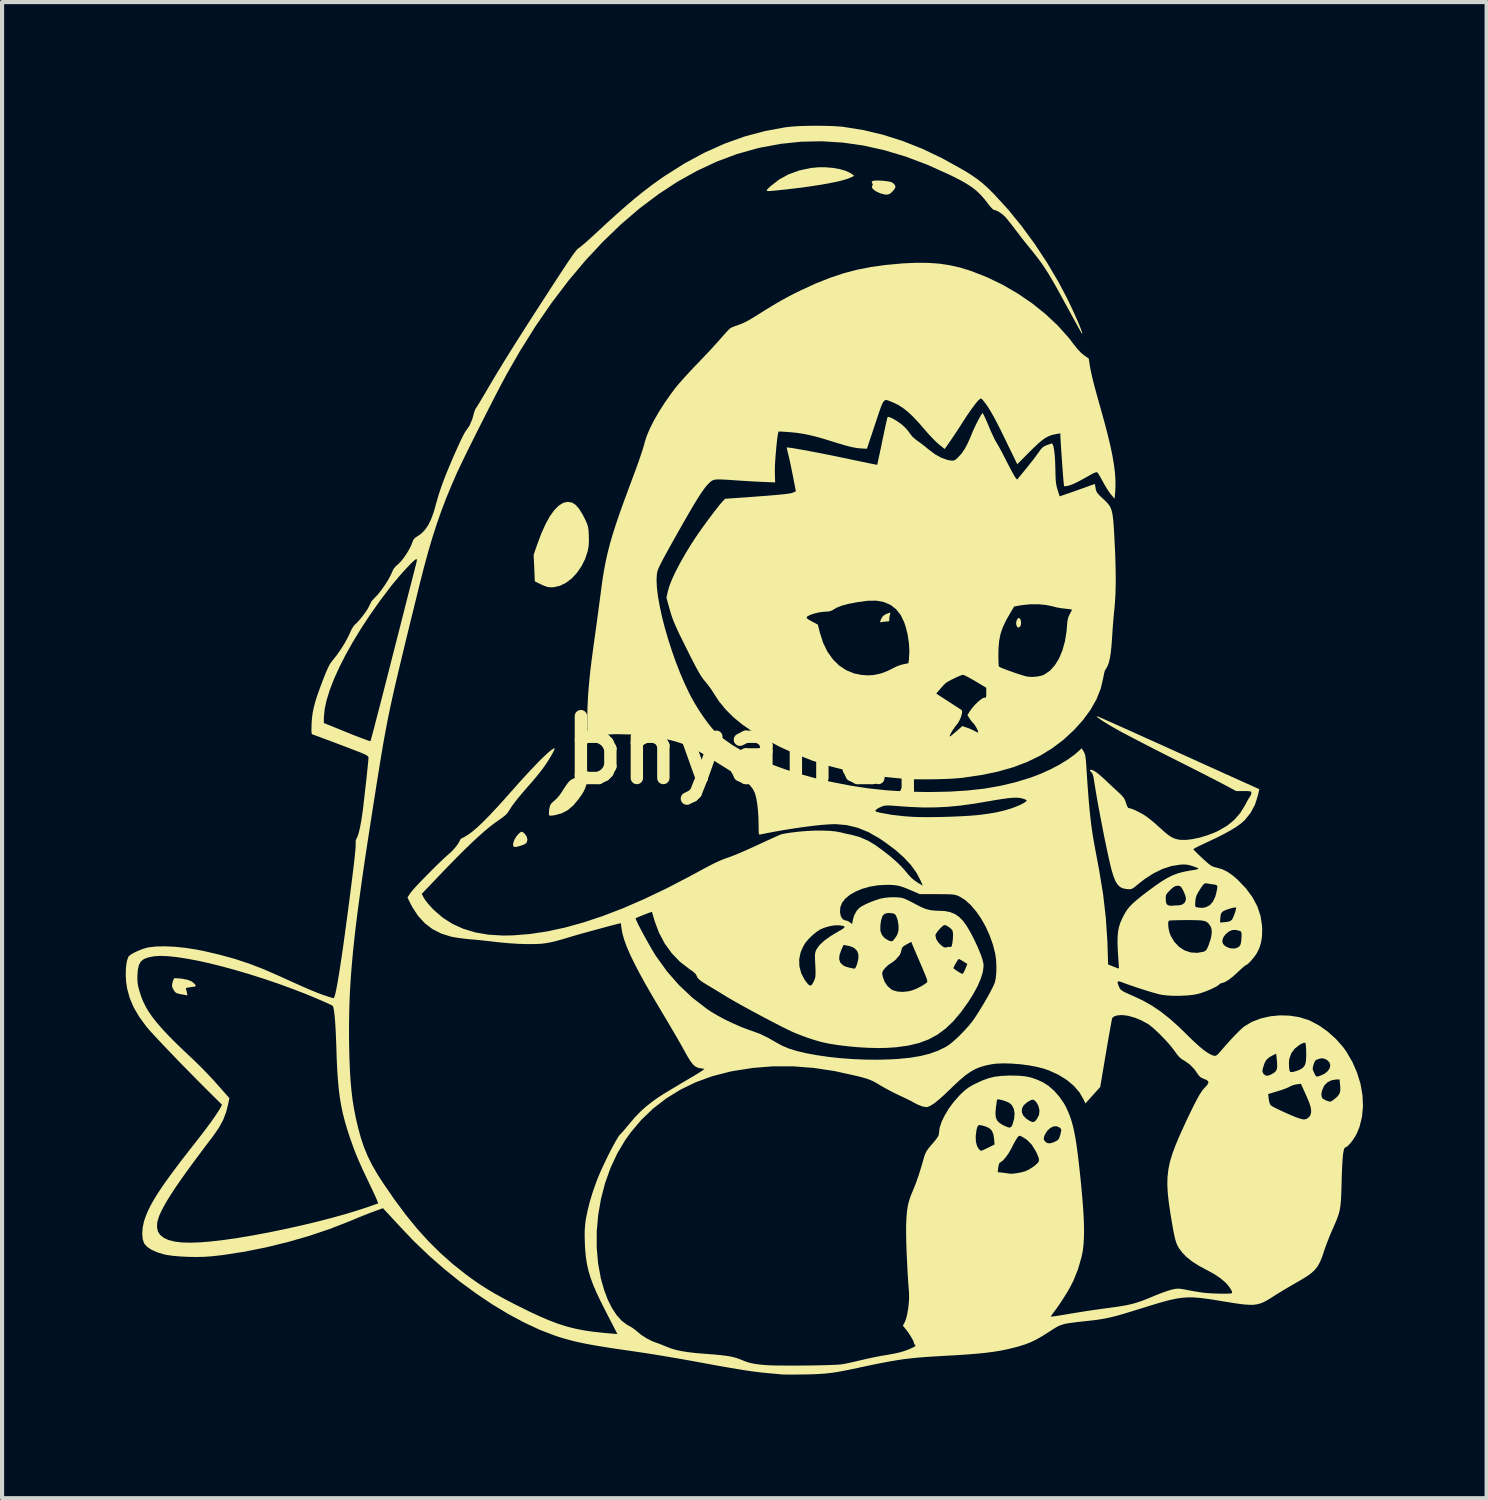
<source format=kicad_pcb>
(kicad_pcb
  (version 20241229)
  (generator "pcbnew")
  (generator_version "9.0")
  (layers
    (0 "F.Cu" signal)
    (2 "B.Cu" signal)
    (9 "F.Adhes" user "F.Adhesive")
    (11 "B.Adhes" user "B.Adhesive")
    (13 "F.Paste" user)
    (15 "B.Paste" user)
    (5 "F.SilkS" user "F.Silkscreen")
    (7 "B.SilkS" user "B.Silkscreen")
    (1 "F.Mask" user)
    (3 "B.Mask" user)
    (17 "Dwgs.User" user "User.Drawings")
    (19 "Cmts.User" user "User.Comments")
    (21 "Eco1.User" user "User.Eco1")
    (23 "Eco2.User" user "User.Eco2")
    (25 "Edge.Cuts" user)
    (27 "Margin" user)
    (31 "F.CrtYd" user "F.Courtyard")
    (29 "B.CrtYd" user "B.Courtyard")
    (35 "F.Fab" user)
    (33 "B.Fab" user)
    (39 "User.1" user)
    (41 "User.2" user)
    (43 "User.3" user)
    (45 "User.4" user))
  (footprint "bnyahaj"
    (layer "F.Cu")
    (at 15.005 15.143)
    (property "Reference" "bnyahaj" (at 0 0 0) (layer "F.SilkS") (effects (font (size 1.5 1.5) (thickness 0.3))))
    (attr board_only exclude_from_pos_files exclude_from_bom)
    (fp_poly (pts (xy 6.688 -3.186) (xy 6.707 -3.14) (xy 6.713 -3.081) (xy 6.705 -3.026) (xy 6.687 -2.993) (xy 6.65 -2.969) (xy 6.621 -2.984) (xy 6.601 -3.02) (xy 6.592 -3.072) (xy 6.601 -3.131) (xy 6.623 -3.18) (xy 6.654 -3.204) (xy 6.659 -3.205)) (stroke (width 0) (type solid)) (fill yes) (layer "F.SilkS"))
    (fp_poly (pts (xy -5.377 1.988) (xy -5.338 2.021) (xy -5.327 2.032) (xy -5.278 2.102) (xy -5.262 2.174) (xy -5.278 2.239) (xy -5.294 2.26) (xy -5.336 2.287) (xy -5.399 2.313) (xy -5.47 2.335) (xy -5.535 2.349) (xy -5.582 2.351) (xy -5.594 2.345) (xy -5.611 2.301) (xy -5.601 2.236) (xy -5.57 2.161) (xy -5.523 2.086) (xy -5.464 2.021) (xy -5.436 1.999) (xy -5.404 1.982)) (stroke (width 0) (type solid)) (fill yes) (layer "F.SilkS"))
    (fp_poly (pts (xy 3.54 -3.316) (xy 3.53 -3.271) (xy 3.526 -3.257) (xy 3.515 -3.198) (xy 3.515 -3.153) (xy 3.517 -3.149) (xy 3.513 -3.127) (xy 3.474 -3.118) (xy 3.459 -3.118) (xy 3.392 -3.113) (xy 3.34 -3.105) (xy 3.303 -3.098) (xy 3.291 -3.102) (xy 3.299 -3.127) (xy 3.318 -3.176) (xy 3.323 -3.189) (xy 3.364 -3.252) (xy 3.431 -3.295) (xy 3.443 -3.3) (xy 3.498 -3.321) (xy 3.534 -3.333) (xy 3.539 -3.335)) (stroke (width 0) (type solid)) (fill yes) (layer "F.SilkS"))
    (fp_poly (pts (xy 3.278 -13.813) (xy 3.376 -13.807) (xy 3.47 -13.796) (xy 3.545 -13.782) (xy 3.576 -13.772) (xy 3.627 -13.735) (xy 3.656 -13.696) (xy 3.665 -13.662) (xy 3.654 -13.627) (xy 3.62 -13.578) (xy 3.602 -13.558) (xy 3.545 -13.502) (xy 3.486 -13.474) (xy 3.416 -13.473) (xy 3.322 -13.496) (xy 3.287 -13.508) (xy 3.202 -13.547) (xy 3.137 -13.591) (xy 3.1 -13.634) (xy 3.096 -13.672) (xy 3.101 -13.68) (xy 3.115 -13.715) (xy 3.101 -13.752) (xy 3.088 -13.783) (xy 3.107 -13.8) (xy 3.131 -13.807) (xy 3.192 -13.814)) (stroke (width 0) (type solid)) (fill yes) (layer "F.SilkS"))
    (fp_poly (pts (xy 1.974 -14.135) (xy 2.15 -14.12) (xy 2.313 -14.091) (xy 2.455 -14.05) (xy 2.567 -13.999) (xy 2.594 -13.981) (xy 2.665 -13.928) (xy 2.57 -13.882) (xy 2.48 -13.848) (xy 2.352 -13.811) (xy 2.188 -13.774) (xy 1.993 -13.736) (xy 1.772 -13.699) (xy 1.528 -13.662) (xy 1.266 -13.628) (xy 0.989 -13.595) (xy 0.926 -13.589) (xy 0.778 -13.573) (xy 0.67 -13.563) (xy 0.596 -13.558) (xy 0.555 -13.562) (xy 0.542 -13.574) (xy 0.553 -13.596) (xy 0.585 -13.629) (xy 0.634 -13.674) (xy 0.641 -13.681) (xy 0.842 -13.838) (xy 1.071 -13.963) (xy 1.328 -14.057) (xy 1.612 -14.118) (xy 1.622 -14.119) (xy 1.795 -14.135)) (stroke (width 0) (type solid)) (fill yes) (layer "F.SilkS"))
    (fp_poly (pts (xy -13.734 5.538) (xy -13.655 5.546) (xy -13.642 5.547) (xy -13.506 5.573) (xy -13.407 5.612) (xy -13.338 5.668) (xy -13.323 5.688) (xy -13.308 5.714) (xy -13.311 5.73) (xy -13.341 5.74) (xy -13.404 5.748) (xy -13.425 5.751) (xy -13.498 5.761) (xy -13.536 5.773) (xy -13.547 5.789) (xy -13.544 5.801) (xy -13.53 5.845) (xy -13.519 5.896) (xy -13.512 5.937) (xy -13.515 5.952) (xy -13.539 5.947) (xy -13.593 5.936) (xy -13.658 5.925) (xy -13.735 5.909) (xy -13.783 5.89) (xy -13.816 5.86) (xy -13.844 5.818) (xy -13.874 5.76) (xy -13.883 5.71) (xy -13.872 5.646) (xy -13.871 5.64) (xy -13.853 5.581) (xy -13.834 5.542) (xy -13.827 5.536) (xy -13.796 5.535)) (stroke (width 0) (type solid)) (fill yes) (layer "F.SilkS"))
    (fp_poly (pts (xy -3.911 0.669) (xy -3.806 0.671) (xy -3.822 0.774) (xy -3.838 0.858) (xy -3.863 0.934) (xy -3.902 1.013) (xy -3.96 1.105) (xy -4.026 1.197) (xy -4.154 1.349) (xy -4.289 1.462) (xy -4.438 1.538) (xy -4.606 1.582) (xy -4.65 1.588) (xy -4.708 1.592) (xy -4.734 1.585) (xy -4.741 1.559) (xy -4.741 1.541) (xy -4.732 1.429) (xy -4.713 1.348) (xy -4.676 1.288) (xy -4.619 1.237) (xy -4.618 1.236) (xy -4.556 1.181) (xy -4.49 1.106) (xy -4.446 1.045) (xy -4.376 0.935) (xy -4.323 0.856) (xy -4.284 0.802) (xy -4.253 0.765) (xy -4.226 0.74) (xy -4.198 0.72) (xy -4.192 0.716) (xy -4.143 0.691) (xy -4.091 0.675) (xy -4.023 0.669) (xy -3.927 0.669)) (stroke (width 0) (type solid)) (fill yes) (layer "F.SilkS"))
    (fp_poly (pts (xy -4.182 -6.003) (xy -4.175 -6) (xy -4.093 -5.947) (xy -4.009 -5.852) (xy -3.924 -5.716) (xy -3.881 -5.633) (xy -3.836 -5.538) (xy -3.807 -5.466) (xy -3.789 -5.401) (xy -3.779 -5.329) (xy -3.774 -5.233) (xy -3.772 -5.198) (xy -3.77 -5.053) (xy -3.778 -4.936) (xy -3.797 -4.834) (xy -3.798 -4.829) (xy -3.862 -4.634) (xy -3.952 -4.455) (xy -4.062 -4.296) (xy -4.188 -4.161) (xy -4.327 -4.056) (xy -4.473 -3.984) (xy -4.622 -3.95) (xy -4.645 -3.948) (xy -4.721 -3.948) (xy -4.786 -3.959) (xy -4.857 -3.984) (xy -4.928 -4.016) (xy -5.082 -4.091) (xy -5.096 -4.413) (xy -5.111 -4.735) (xy -5.023 -4.99) (xy -4.924 -5.255) (xy -4.821 -5.482) (xy -4.717 -5.671) (xy -4.61 -5.819) (xy -4.503 -5.927) (xy -4.396 -5.995) (xy -4.288 -6.02)) (stroke (width 0) (type solid)) (fill yes) (layer "F.SilkS"))
    (fp_poly (pts (xy 5.791 -8.157) (xy 5.817 -8.107) (xy 5.853 -8.031) (xy 5.895 -7.934) (xy 5.923 -7.867) (xy 5.972 -7.75) (xy 6.022 -7.641) (xy 6.066 -7.548) (xy 6.102 -7.481) (xy 6.113 -7.463) (xy 6.143 -7.414) (xy 6.187 -7.335) (xy 6.242 -7.234) (xy 6.302 -7.118) (xy 6.354 -7.016) (xy 6.414 -6.899) (xy 6.47 -6.792) (xy 6.519 -6.703) (xy 6.555 -6.639) (xy 6.575 -6.609) (xy 6.616 -6.559) (xy 6.834 -6.825) (xy 6.917 -6.929) (xy 6.999 -7.033) (xy 7.071 -7.128) (xy 7.126 -7.203) (xy 7.141 -7.225) (xy 7.198 -7.302) (xy 7.247 -7.351) (xy 7.301 -7.381) (xy 7.324 -7.39) (xy 7.388 -7.413) (xy 7.44 -7.432) (xy 7.451 -7.437) (xy 7.474 -7.426) (xy 7.495 -7.375) (xy 7.513 -7.287) (xy 7.527 -7.166) (xy 7.538 -7.015) (xy 7.544 -6.838) (xy 7.545 -6.788) (xy 7.548 -6.65) (xy 7.553 -6.545) (xy 7.562 -6.462) (xy 7.576 -6.39) (xy 7.596 -6.319) (xy 7.599 -6.309) (xy 7.648 -6.154) (xy 7.857 -6.225) (xy 7.977 -6.267) (xy 8.113 -6.315) (xy 8.242 -6.361) (xy 8.28 -6.375) (xy 8.368 -6.407) (xy 8.44 -6.433) (xy 8.486 -6.449) (xy 8.499 -6.453) (xy 8.506 -6.434) (xy 8.515 -6.385) (xy 8.52 -6.35) (xy 8.531 -6.299) (xy 8.549 -6.256) (xy 8.581 -6.212) (xy 8.635 -6.156) (xy 8.693 -6.102) (xy 8.759 -6.04) (xy 8.811 -5.986) (xy 8.853 -5.932) (xy 8.886 -5.873) (xy 8.91 -5.805) (xy 8.929 -5.72) (xy 8.944 -5.614) (xy 8.956 -5.481) (xy 8.967 -5.315) (xy 8.976 -5.15) (xy 8.996 -4.752) (xy 9.006 -4.391) (xy 9.009 -4.067) (xy 9.002 -3.783) (xy 8.987 -3.539) (xy 8.978 -3.443) (xy 8.965 -3.315) (xy 8.951 -3.16) (xy 8.938 -2.995) (xy 8.927 -2.834) (xy 8.923 -2.771) (xy 8.908 -2.558) (xy 8.891 -2.384) (xy 8.87 -2.243) (xy 8.844 -2.131) (xy 8.813 -2.043) (xy 8.776 -1.974) (xy 8.757 -1.949) (xy 8.741 -1.913) (xy 8.724 -1.847) (xy 8.708 -1.764) (xy 8.705 -1.747) (xy 8.645 -1.491) (xy 8.543 -1.234) (xy 8.399 -0.979) (xy 8.214 -0.726) (xy 7.997 -0.486) (xy 7.744 -0.252) (xy 7.472 -0.046) (xy 7.18 0.134) (xy 6.865 0.287) (xy 6.523 0.417) (xy 6.151 0.523) (xy 5.747 0.607) (xy 5.308 0.671) (xy 5.208 0.682) (xy 5.093 0.691) (xy 4.946 0.699) (xy 4.776 0.705) (xy 4.594 0.709) (xy 4.41 0.711) (xy 4.233 0.711) (xy 4.074 0.709) (xy 3.943 0.704) (xy 3.887 0.7) (xy 3.383 0.65) (xy 2.914 0.581) (xy 2.472 0.494) (xy 2.053 0.387) (xy 1.649 0.257) (xy 1.255 0.103) (xy 0.864 -0.076) (xy 0.813 -0.102) (xy 0.485 -0.275) (xy 0.197 -0.448) (xy -0.053 -0.622) (xy -0.271 -0.801) (xy -0.457 -0.988) (xy -0.617 -1.184) (xy -0.737 -1.369) (xy 4.655 -1.369) (xy 4.951 -1.177) (xy 5.052 -1.111) (xy 5.141 -1.054) (xy 5.212 -1.008) (xy 5.257 -0.979) (xy 5.269 -0.971) (xy 5.283 -0.938) (xy 5.277 -0.879) (xy 5.256 -0.805) (xy 5.222 -0.725) (xy 5.179 -0.651) (xy 5.151 -0.615) (xy 5.1 -0.549) (xy 5.05 -0.475) (xy 5.009 -0.406) (xy 4.984 -0.353) (xy 4.98 -0.334) (xy 4.987 -0.33) (xy 5.008 -0.342) (xy 5.049 -0.375) (xy 5.115 -0.43) (xy 5.172 -0.48) (xy 5.288 -0.581) (xy 5.407 -0.54) (xy 5.489 -0.508) (xy 5.566 -0.472) (xy 5.6 -0.453) (xy 5.646 -0.43) (xy 5.671 -0.428) (xy 5.673 -0.432) (xy 5.662 -0.474) (xy 5.633 -0.534) (xy 5.597 -0.596) (xy 5.562 -0.642) (xy 5.553 -0.651) (xy 5.518 -0.688) (xy 5.477 -0.744) (xy 5.463 -0.765) (xy 5.411 -0.848) (xy 5.479 -0.954) (xy 5.535 -1.03) (xy 5.602 -1.106) (xy 5.673 -1.175) (xy 5.74 -1.229) (xy 5.795 -1.264) (xy 5.828 -1.27) (xy 5.851 -1.269) (xy 5.863 -1.287) (xy 5.868 -1.333) (xy 5.868 -1.385) (xy 5.868 -1.51) (xy 5.603 -1.669) (xy 5.505 -1.726) (xy 5.419 -1.773) (xy 5.352 -1.807) (xy 5.311 -1.824) (xy 5.305 -1.825) (xy 5.261 -1.813) (xy 5.191 -1.785) (xy 5.108 -1.747) (xy 5.022 -1.705) (xy 4.945 -1.664) (xy 4.89 -1.629) (xy 4.876 -1.617) (xy 4.833 -1.574) (xy 4.778 -1.513) (xy 4.74 -1.469) (xy 4.655 -1.369) (xy -0.737 -1.369) (xy -0.748 -1.386) (xy -0.804 -1.473) (xy -0.876 -1.572) (xy -0.948 -1.661) (xy -0.954 -1.667) (xy -0.992 -1.714) (xy -1.032 -1.769) (xy -1.074 -1.835) (xy -1.123 -1.919) (xy -1.18 -2.024) (xy -1.249 -2.155) (xy -1.331 -2.317) (xy -1.401 -2.458) (xy -1.494 -2.644) (xy -1.569 -2.797) (xy -1.629 -2.925) (xy -1.677 -3.032) (xy -1.716 -3.124) (xy -1.747 -3.208) (xy -1.749 -3.212) (xy 1.511 -3.212) (xy 1.521 -3.191) (xy 1.556 -3.166) (xy 1.622 -3.128) (xy 1.638 -3.119) (xy 1.783 -3.042) (xy 1.835 -2.837) (xy 1.913 -2.595) (xy 2.018 -2.382) (xy 2.148 -2.2) (xy 2.3 -2.05) (xy 2.472 -1.936) (xy 2.663 -1.858) (xy 2.842 -1.822) (xy 2.997 -1.811) (xy 3.134 -1.819) (xy 3.273 -1.848) (xy 3.335 -1.865) (xy 3.432 -1.901) (xy 3.534 -1.947) (xy 3.595 -1.979) (xy 3.685 -2.024) (xy 3.788 -2.063) (xy 3.846 -2.078) (xy 3.979 -2.105) (xy 3.993 -2.203) (xy 4 -2.335) (xy 6.162 -2.335) (xy 6.163 -2.226) (xy 6.165 -2.132) (xy 6.169 -2.064) (xy 6.174 -2.027) (xy 6.175 -2.024) (xy 6.206 -2.007) (xy 6.269 -1.98) (xy 6.355 -1.947) (xy 6.457 -1.91) (xy 6.564 -1.872) (xy 6.669 -1.837) (xy 6.762 -1.808) (xy 6.835 -1.788) (xy 6.871 -1.78) (xy 6.987 -1.773) (xy 7.109 -1.783) (xy 7.22 -1.808) (xy 7.279 -1.832) (xy 7.413 -1.924) (xy 7.531 -2.055) (xy 7.632 -2.219) (xy 7.714 -2.413) (xy 7.776 -2.635) (xy 7.816 -2.88) (xy 7.828 -3.025) (xy 7.838 -3.132) (xy 7.856 -3.213) (xy 7.886 -3.282) (xy 7.892 -3.294) (xy 7.923 -3.351) (xy 7.943 -3.392) (xy 7.947 -3.403) (xy 7.927 -3.411) (xy 7.875 -3.419) (xy 7.801 -3.427) (xy 7.79 -3.428) (xy 7.685 -3.44) (xy 7.567 -3.462) (xy 7.471 -3.487) (xy 7.315 -3.519) (xy 7.134 -3.536) (xy 6.943 -3.536) (xy 6.757 -3.518) (xy 6.71 -3.511) (xy 6.545 -3.481) (xy 6.446 -3.316) (xy 6.343 -3.134) (xy 6.267 -2.971) (xy 6.214 -2.816) (xy 6.182 -2.655) (xy 6.166 -2.477) (xy 6.162 -2.335) (xy 4 -2.335) (xy 4.004 -2.388) (xy 3.992 -2.593) (xy 3.96 -2.805) (xy 3.908 -3.009) (xy 3.877 -3.099) (xy 3.792 -3.275) (xy 3.681 -3.415) (xy 3.546 -3.52) (xy 3.386 -3.59) (xy 3.202 -3.623) (xy 2.995 -3.621) (xy 2.954 -3.616) (xy 2.72 -3.583) (xy 2.522 -3.544) (xy 2.363 -3.502) (xy 2.245 -3.455) (xy 2.198 -3.429) (xy 2.124 -3.384) (xy 2.059 -3.363) (xy 1.982 -3.356) (xy 1.971 -3.356) (xy 1.884 -3.35) (xy 1.786 -3.333) (xy 1.689 -3.309) (xy 1.604 -3.281) (xy 1.542 -3.251) (xy 1.521 -3.233) (xy 1.511 -3.212) (xy -1.749 -3.212) (xy -1.775 -3.29) (xy -1.8 -3.376) (xy -1.808 -3.402) (xy -1.89 -3.696) (xy -1.854 -3.856) (xy -1.815 -3.989) (xy -1.75 -4.151) (xy -1.664 -4.335) (xy -1.557 -4.539) (xy -1.434 -4.756) (xy -1.295 -4.983) (xy -1.184 -5.154) (xy -1.112 -5.259) (xy -1.027 -5.38) (xy -0.934 -5.508) (xy -0.838 -5.638) (xy -0.746 -5.761) (xy -0.661 -5.87) (xy -0.591 -5.958) (xy -0.539 -6.018) (xy -0.538 -6.019) (xy -0.469 -6.094) (xy 0.312 -6.15) (xy 0.546 -6.168) (xy 0.739 -6.184) (xy 0.893 -6.198) (xy 1.012 -6.211) (xy 1.098 -6.223) (xy 1.153 -6.235) (xy 1.172 -6.241) (xy 1.25 -6.275) (xy 1.179 -6.64) (xy 1.152 -6.776) (xy 1.124 -6.911) (xy 1.098 -7.034) (xy 1.075 -7.133) (xy 1.065 -7.173) (xy 1.046 -7.251) (xy 1.033 -7.309) (xy 1.029 -7.339) (xy 1.03 -7.341) (xy 1.079 -7.336) (xy 1.166 -7.324) (xy 1.285 -7.304) (xy 1.431 -7.278) (xy 1.599 -7.247) (xy 1.784 -7.212) (xy 1.982 -7.173) (xy 2.185 -7.132) (xy 2.391 -7.089) (xy 2.414 -7.084) (xy 2.594 -7.046) (xy 2.76 -7.011) (xy 2.908 -6.981) (xy 3.032 -6.955) (xy 3.129 -6.936) (xy 3.194 -6.923) (xy 3.221 -6.919) (xy 3.222 -6.919) (xy 3.228 -6.941) (xy 3.241 -6.999) (xy 3.26 -7.089) (xy 3.285 -7.204) (xy 3.314 -7.34) (xy 3.344 -7.488) (xy 3.376 -7.64) (xy 3.405 -7.777) (xy 3.431 -7.896) (xy 3.452 -7.989) (xy 3.467 -8.051) (xy 3.475 -8.076) (xy 3.501 -8.08) (xy 3.553 -8.063) (xy 3.623 -8.027) (xy 3.703 -7.979) (xy 3.785 -7.922) (xy 3.85 -7.869) (xy 3.919 -7.802) (xy 3.981 -7.729) (xy 4.017 -7.677) (xy 4.078 -7.6) (xy 4.165 -7.524) (xy 4.196 -7.502) (xy 4.273 -7.447) (xy 4.365 -7.377) (xy 4.453 -7.305) (xy 4.47 -7.291) (xy 4.628 -7.172) (xy 4.786 -7.086) (xy 4.938 -7.034) (xy 4.984 -7.026) (xy 5.048 -7.019) (xy 5.092 -7.025) (xy 5.132 -7.05) (xy 5.18 -7.095) (xy 5.267 -7.189) (xy 5.344 -7.301) (xy 5.418 -7.439) (xy 5.493 -7.61) (xy 5.502 -7.633) (xy 5.546 -7.739) (xy 5.596 -7.848) (xy 5.647 -7.953) (xy 5.696 -8.046) (xy 5.738 -8.119) (xy 5.769 -8.164) (xy 5.778 -8.172)) (stroke (width 0) (type solid)) (fill yes) (layer "F.SilkS"))
    (fp_poly (pts (xy 1.93 -15.141) (xy 2.108 -15.136) (xy 2.264 -15.128) (xy 2.388 -15.118) (xy 2.393 -15.117) (xy 2.881 -15.039) (xy 3.361 -14.925) (xy 3.838 -14.774) (xy 4.315 -14.585) (xy 4.795 -14.356) (xy 5.281 -14.087) (xy 5.349 -14.047) (xy 5.51 -13.946) (xy 5.647 -13.852) (xy 5.771 -13.754) (xy 5.895 -13.644) (xy 6.03 -13.511) (xy 6.064 -13.476) (xy 6.402 -13.107) (xy 6.731 -12.702) (xy 7.048 -12.269) (xy 7.346 -11.817) (xy 7.621 -11.351) (xy 7.819 -10.976) (xy 7.883 -10.845) (xy 7.947 -10.71) (xy 8.008 -10.577) (xy 8.064 -10.451) (xy 8.113 -10.337) (xy 8.153 -10.239) (xy 8.181 -10.164) (xy 8.196 -10.114) (xy 8.196 -10.097) (xy 8.189 -10.102) (xy 8.174 -10.125) (xy 8.142 -10.182) (xy 8.093 -10.269) (xy 8.031 -10.381) (xy 7.958 -10.514) (xy 7.876 -10.664) (xy 7.787 -10.827) (xy 7.766 -10.865) (xy 7.646 -11.085) (xy 7.542 -11.272) (xy 7.449 -11.433) (xy 7.365 -11.573) (xy 7.284 -11.699) (xy 7.204 -11.816) (xy 7.12 -11.93) (xy 7.028 -12.048) (xy 6.925 -12.176) (xy 6.886 -12.224) (xy 6.813 -12.313) (xy 6.727 -12.423) (xy 6.639 -12.538) (xy 6.573 -12.624) (xy 6.501 -12.719) (xy 6.431 -12.809) (xy 6.37 -12.884) (xy 6.326 -12.934) (xy 6.325 -12.935) (xy 6.257 -12.997) (xy 6.18 -13.05) (xy 6.108 -13.088) (xy 6.055 -13.101) (xy 6.028 -13.117) (xy 5.985 -13.16) (xy 5.934 -13.221) (xy 5.927 -13.231) (xy 5.829 -13.357) (xy 5.734 -13.465) (xy 5.636 -13.56) (xy 5.528 -13.646) (xy 5.402 -13.729) (xy 5.253 -13.815) (xy 5.073 -13.908) (xy 4.971 -13.957) (xy 4.439 -14.197) (xy 3.915 -14.394) (xy 3.399 -14.549) (xy 2.888 -14.663) (xy 2.383 -14.735) (xy 1.882 -14.766) (xy 1.383 -14.756) (xy 0.885 -14.704) (xy 0.387 -14.612) (xy 0.31 -14.594) (xy -0.181 -14.456) (xy -0.666 -14.274) (xy -1.145 -14.051) (xy -1.618 -13.788) (xy -2.083 -13.483) (xy -2.54 -13.139) (xy -2.987 -12.757) (xy -3.425 -12.335) (xy -3.853 -11.877) (xy -4.269 -11.381) (xy -4.673 -10.849) (xy -5.064 -10.282) (xy -5.441 -9.68) (xy -5.773 -9.102) (xy -5.837 -8.982) (xy -5.917 -8.832) (xy -6.008 -8.657) (xy -6.107 -8.464) (xy -6.213 -8.257) (xy -6.322 -8.041) (xy -6.432 -7.824) (xy -6.54 -7.609) (xy -6.643 -7.402) (xy -6.738 -7.21) (xy -6.823 -7.036) (xy -6.894 -6.887) (xy -6.95 -6.769) (xy -6.971 -6.724) (xy -7.111 -6.402) (xy -7.239 -6.091) (xy -7.356 -5.783) (xy -7.465 -5.471) (xy -7.569 -5.147) (xy -7.67 -4.804) (xy -7.771 -4.434) (xy -7.874 -4.03) (xy -7.893 -3.952) (xy -7.996 -3.531) (xy -8.09 -3.15) (xy -8.175 -2.803) (xy -8.251 -2.489) (xy -8.32 -2.202) (xy -8.382 -1.942) (xy -8.439 -1.702) (xy -8.49 -1.482) (xy -8.536 -1.276) (xy -8.579 -1.082) (xy -8.618 -0.896) (xy -8.655 -0.714) (xy -8.689 -0.534) (xy -8.723 -0.353) (xy -8.757 -0.166) (xy -8.79 0.03) (xy -8.825 0.238) (xy -8.861 0.462) (xy -8.9 0.704) (xy -8.942 0.969) (xy -8.988 1.26) (xy -9.029 1.521) (xy -9.112 2.057) (xy -9.188 2.554) (xy -9.256 3.015) (xy -9.316 3.442) (xy -9.37 3.84) (xy -9.417 4.211) (xy -9.457 4.558) (xy -9.492 4.885) (xy -9.52 5.194) (xy -9.544 5.49) (xy -9.562 5.775) (xy -9.575 6.051) (xy -9.584 6.324) (xy -9.588 6.594) (xy -9.589 6.867) (xy -9.587 7.138) (xy -9.579 7.467) (xy -9.568 7.759) (xy -9.552 8.022) (xy -9.53 8.262) (xy -9.503 8.488) (xy -9.468 8.705) (xy -9.425 8.92) (xy -9.375 9.137) (xy -9.305 9.396) (xy -9.227 9.631) (xy -9.135 9.854) (xy -9.024 10.075) (xy -8.89 10.306) (xy -8.756 10.513) (xy -8.478 10.916) (xy -8.205 11.282) (xy -7.934 11.614) (xy -7.659 11.918) (xy -7.376 12.198) (xy -7.082 12.46) (xy -6.773 12.706) (xy -6.765 12.712) (xy -6.584 12.845) (xy -6.408 12.966) (xy -6.229 13.08) (xy -6.037 13.194) (xy -5.825 13.31) (xy -5.585 13.436) (xy -5.491 13.483) (xy -5.212 13.621) (xy -4.961 13.738) (xy -4.733 13.835) (xy -4.52 13.916) (xy -4.315 13.981) (xy -4.11 14.034) (xy -3.899 14.076) (xy -3.674 14.109) (xy -3.428 14.136) (xy -3.255 14.152) (xy -3.079 14.166) (xy -3.357 13.627) (xy -3.481 13.381) (xy -3.584 13.165) (xy -3.667 12.971) (xy -3.733 12.792) (xy -3.783 12.623) (xy -3.82 12.456) (xy -3.845 12.285) (xy -3.862 12.102) (xy -3.864 12.064) (xy -3.581 12.064) (xy -3.548 12.449) (xy -3.48 12.821) (xy -3.399 13.105) (xy -3.31 13.338) (xy -3.208 13.541) (xy -3.094 13.712) (xy -2.971 13.847) (xy -2.842 13.944) (xy -2.798 13.967) (xy -2.72 14.012) (xy -2.639 14.071) (xy -2.609 14.097) (xy -2.499 14.187) (xy -2.367 14.272) (xy -2.231 14.341) (xy -2.157 14.369) (xy -2.077 14.397) (xy -1.981 14.435) (xy -1.902 14.467) (xy -1.787 14.512) (xy -1.666 14.549) (xy -1.53 14.579) (xy -1.374 14.604) (xy -1.189 14.626) (xy -0.97 14.644) (xy -0.92 14.648) (xy -0.72 14.663) (xy -0.556 14.679) (xy -0.422 14.696) (xy -0.311 14.716) (xy -0.216 14.739) (xy -0.13 14.768) (xy -0.061 14.796) (xy 0.044 14.838) (xy 0.152 14.869) (xy 0.274 14.893) (xy 0.422 14.911) (xy 0.509 14.918) (xy 0.602 14.924) (xy 0.727 14.928) (xy 0.877 14.93) (xy 1.048 14.931) (xy 1.231 14.932) (xy 1.42 14.93) (xy 1.61 14.928) (xy 1.793 14.925) (xy 1.963 14.921) (xy 2.113 14.916) (xy 2.238 14.911) (xy 2.33 14.904) (xy 2.371 14.899) (xy 2.45 14.885) (xy 2.557 14.862) (xy 2.68 14.835) (xy 2.806 14.805) (xy 2.826 14.801) (xy 2.959 14.769) (xy 3.1 14.739) (xy 3.233 14.712) (xy 3.341 14.692) (xy 3.346 14.692) (xy 3.521 14.662) (xy 3.663 14.635) (xy 3.779 14.608) (xy 3.88 14.578) (xy 3.973 14.544) (xy 4.015 14.526) (xy 4.098 14.488) (xy 4.143 14.462) (xy 4.153 14.444) (xy 4.147 14.438) (xy 4.118 14.402) (xy 4.114 14.382) (xy 4.102 14.34) (xy 4.068 14.275) (xy 4.02 14.195) (xy 3.962 14.11) (xy 3.91 14.042) (xy 3.846 13.962) (xy 3.896 13.868) (xy 3.924 13.794) (xy 3.95 13.688) (xy 3.972 13.562) (xy 3.988 13.429) (xy 3.996 13.301) (xy 3.995 13.188) (xy 3.995 13.176) (xy 3.975 12.908) (xy 3.958 12.64) (xy 3.945 12.38) (xy 3.934 12.134) (xy 3.927 11.91) (xy 3.924 11.713) (xy 3.924 11.551) (xy 3.925 11.51) (xy 3.933 11.331) (xy 3.946 11.183) (xy 3.965 11.056) (xy 3.994 10.939) (xy 4.034 10.819) (xy 4.089 10.685) (xy 4.097 10.665) (xy 4.162 10.504) (xy 4.226 10.322) (xy 4.252 10.239) (xy 6.145 10.239) (xy 6.272 10.253) (xy 6.344 10.262) (xy 6.399 10.27) (xy 6.42 10.274) (xy 6.468 10.278) (xy 6.543 10.273) (xy 6.633 10.26) (xy 6.725 10.242) (xy 6.803 10.22) (xy 6.818 10.215) (xy 6.899 10.177) (xy 6.989 10.122) (xy 7.045 10.081) (xy 7.102 10.031) (xy 7.136 9.989) (xy 7.148 9.943) (xy 7.137 9.885) (xy 7.105 9.806) (xy 7.068 9.729) (xy 6.974 9.576) (xy 6.856 9.455) (xy 6.807 9.424) (xy 7.261 9.424) (xy 7.27 9.462) (xy 7.3 9.499) (xy 7.348 9.534) (xy 7.407 9.541) (xy 7.483 9.522) (xy 7.556 9.489) (xy 7.602 9.462) (xy 7.631 9.427) (xy 7.653 9.369) (xy 7.665 9.325) (xy 7.682 9.255) (xy 7.687 9.213) (xy 7.677 9.186) (xy 7.652 9.162) (xy 7.644 9.155) (xy 7.576 9.125) (xy 7.499 9.13) (xy 7.422 9.167) (xy 7.351 9.232) (xy 7.295 9.319) (xy 7.274 9.37) (xy 7.261 9.424) (xy 6.807 9.424) (xy 6.738 9.38) (xy 6.689 9.359) (xy 6.66 9.36) (xy 6.633 9.388) (xy 6.625 9.398) (xy 6.597 9.44) (xy 6.557 9.51) (xy 6.511 9.596) (xy 6.483 9.652) (xy 6.416 9.771) (xy 6.345 9.874) (xy 6.275 9.953) (xy 6.212 10) (xy 6.197 10.007) (xy 6.182 10.031) (xy 6.166 10.085) (xy 6.159 10.127) (xy 6.145 10.239) (xy 4.252 10.239) (xy 4.292 10.111) (xy 4.34 9.943) (xy 4.366 9.852) (xy 4.392 9.783) (xy 4.423 9.724) (xy 4.467 9.663) (xy 4.531 9.585) (xy 4.558 9.554) (xy 4.631 9.468) (xy 4.678 9.405) (xy 4.702 9.364) (xy 5.612 9.364) (xy 5.616 9.493) (xy 5.642 9.601) (xy 5.671 9.654) (xy 5.707 9.698) (xy 5.736 9.721) (xy 5.74 9.723) (xy 5.768 9.713) (xy 5.824 9.689) (xy 5.896 9.654) (xy 5.915 9.645) (xy 6.069 9.568) (xy 6.058 9.43) (xy 6.038 9.311) (xy 5.999 9.226) (xy 5.934 9.167) (xy 5.842 9.128) (xy 5.755 9.104) (xy 5.7 9.097) (xy 5.667 9.113) (xy 5.647 9.154) (xy 5.63 9.224) (xy 5.612 9.364) (xy 4.702 9.364) (xy 4.706 9.358) (xy 4.718 9.318) (xy 4.721 9.288) (xy 4.737 9.162) (xy 4.785 9.017) (xy 4.861 8.861) (xy 4.893 8.808) (xy 6.091 8.808) (xy 6.099 8.907) (xy 6.129 8.983) (xy 6.186 9.043) (xy 6.271 9.097) (xy 6.278 9.1) (xy 6.348 9.132) (xy 6.407 9.154) (xy 6.436 9.16) (xy 6.474 9.14) (xy 6.499 9.1) (xy 6.542 8.952) (xy 6.555 8.818) (xy 6.549 8.784) (xy 6.73 8.784) (xy 6.767 8.868) (xy 6.843 8.945) (xy 6.918 8.994) (xy 6.98 9.021) (xy 7.023 9.022) (xy 7.062 8.992) (xy 7.096 8.95) (xy 7.148 8.849) (xy 7.159 8.739) (xy 7.131 8.628) (xy 7.092 8.559) (xy 7.049 8.506) (xy 7.011 8.482) (xy 6.966 8.486) (xy 6.903 8.517) (xy 6.857 8.546) (xy 6.775 8.618) (xy 6.733 8.699) (xy 6.73 8.784) (xy 6.549 8.784) (xy 6.536 8.703) (xy 6.488 8.612) (xy 6.435 8.564) (xy 6.384 8.538) (xy 6.316 8.512) (xy 6.244 8.49) (xy 6.181 8.476) (xy 6.14 8.474) (xy 6.132 8.477) (xy 6.127 8.5) (xy 6.118 8.556) (xy 6.107 8.634) (xy 6.101 8.676) (xy 6.091 8.808) (xy 4.893 8.808) (xy 4.959 8.698) (xy 5.078 8.537) (xy 5.213 8.384) (xy 5.24 8.356) (xy 5.338 8.264) (xy 5.428 8.193) (xy 5.529 8.132) (xy 5.609 8.091) (xy 5.774 8.015) (xy 5.923 7.961) (xy 6.07 7.925) (xy 6.229 7.905) (xy 6.413 7.896) (xy 6.475 7.896) (xy 6.658 7.9) (xy 6.811 7.914) (xy 6.948 7.942) (xy 7.081 7.987) (xy 7.222 8.05) (xy 7.243 8.06) (xy 7.381 8.148) (xy 7.518 8.269) (xy 7.646 8.415) (xy 7.755 8.574) (xy 7.804 8.664) (xy 7.852 8.769) (xy 7.896 8.878) (xy 7.935 8.993) (xy 7.97 9.12) (xy 8.002 9.262) (xy 8.033 9.424) (xy 8.062 9.61) (xy 8.09 9.824) (xy 8.119 10.071) (xy 8.15 10.354) (xy 8.167 10.524) (xy 8.197 10.851) (xy 8.22 11.141) (xy 8.234 11.395) (xy 8.24 11.618) (xy 8.238 11.814) (xy 8.228 11.987) (xy 8.21 12.14) (xy 8.184 12.277) (xy 8.181 12.291) (xy 8.092 12.599) (xy 7.977 12.883) (xy 7.899 13.036) (xy 7.833 13.15) (xy 7.751 13.281) (xy 7.664 13.415) (xy 7.578 13.539) (xy 7.503 13.64) (xy 7.495 13.651) (xy 7.457 13.701) (xy 7.437 13.735) (xy 7.435 13.744) (xy 7.458 13.743) (xy 7.518 13.735) (xy 7.607 13.722) (xy 7.719 13.704) (xy 7.848 13.682) (xy 7.888 13.675) (xy 8.06 13.647) (xy 8.254 13.616) (xy 8.451 13.586) (xy 8.636 13.56) (xy 8.752 13.544) (xy 8.955 13.517) (xy 9.124 13.492) (xy 9.267 13.467) (xy 9.393 13.439) (xy 9.511 13.406) (xy 9.63 13.366) (xy 9.758 13.317) (xy 9.904 13.257) (xy 9.932 13.245) (xy 10.05 13.197) (xy 10.169 13.152) (xy 10.276 13.115) (xy 10.358 13.091) (xy 10.363 13.09) (xy 10.434 13.074) (xy 10.49 13.066) (xy 10.544 13.065) (xy 10.609 13.073) (xy 10.699 13.089) (xy 10.742 13.098) (xy 10.862 13.12) (xy 10.992 13.142) (xy 11.109 13.16) (xy 11.151 13.165) (xy 11.24 13.173) (xy 11.346 13.18) (xy 11.459 13.184) (xy 11.571 13.187) (xy 11.673 13.187) (xy 11.756 13.184) (xy 11.811 13.179) (xy 11.829 13.174) (xy 11.831 13.144) (xy 11.808 13.093) (xy 11.767 13.029) (xy 11.714 12.963) (xy 11.668 12.914) (xy 11.547 12.812) (xy 11.408 12.717) (xy 11.238 12.624) (xy 11.226 12.618) (xy 11.027 12.511) (xy 10.864 12.407) (xy 10.732 12.303) (xy 10.625 12.193) (xy 10.548 12.091) (xy 10.52 12.045) (xy 10.495 11.997) (xy 10.474 11.941) (xy 10.453 11.872) (xy 10.432 11.785) (xy 10.409 11.673) (xy 10.384 11.532) (xy 10.354 11.355) (xy 10.338 11.26) (xy 10.298 10.994) (xy 10.272 10.759) (xy 10.26 10.549) (xy 10.264 10.355) (xy 10.286 10.169) (xy 10.325 9.983) (xy 10.384 9.788) (xy 10.463 9.576) (xy 10.564 9.339) (xy 10.615 9.226) (xy 10.725 8.987) (xy 10.821 8.785) (xy 10.903 8.618) (xy 10.974 8.481) (xy 11.035 8.372) (xy 11.052 8.345) (xy 12.706 8.345) (xy 12.72 8.465) (xy 12.735 8.545) (xy 12.759 8.604) (xy 12.771 8.621) (xy 12.806 8.643) (xy 12.871 8.678) (xy 12.96 8.721) (xy 13.062 8.769) (xy 13.17 8.818) (xy 13.274 8.863) (xy 13.366 8.901) (xy 13.437 8.927) (xy 13.447 8.93) (xy 13.522 8.952) (xy 13.571 8.961) (xy 13.608 8.957) (xy 13.648 8.941) (xy 13.649 8.941) (xy 13.7 8.902) (xy 13.726 8.864) (xy 13.746 8.805) (xy 13.749 8.739) (xy 13.736 8.66) (xy 13.705 8.561) (xy 13.653 8.435) (xy 13.626 8.374) (xy 13.62 8.36) (xy 13.995 8.36) (xy 14.009 8.428) (xy 14.027 8.452) (xy 14.086 8.489) (xy 14.161 8.519) (xy 14.212 8.53) (xy 14.238 8.519) (xy 14.284 8.489) (xy 14.305 8.474) (xy 14.386 8.405) (xy 14.434 8.34) (xy 14.455 8.266) (xy 14.455 8.169) (xy 14.452 8.142) (xy 14.438 7.99) (xy 14.359 7.991) (xy 14.247 8.009) (xy 14.147 8.058) (xy 14.073 8.131) (xy 14.055 8.16) (xy 14.01 8.269) (xy 13.995 8.36) (xy 13.62 8.36) (xy 13.501 8.096) (xy 13.396 8.109) (xy 13.32 8.126) (xy 13.253 8.152) (xy 13.234 8.163) (xy 13.19 8.185) (xy 13.115 8.216) (xy 13.022 8.249) (xy 12.941 8.274) (xy 12.706 8.345) (xy 11.052 8.345) (xy 11.088 8.288) (xy 11.134 8.226) (xy 11.165 8.193) (xy 11.229 8.122) (xy 11.257 8.07) (xy 11.247 8.03) (xy 11.199 7.997) (xy 11.156 7.981) (xy 11.065 7.937) (xy 11.017 7.887) (xy 10.953 7.795) (xy 12.567 7.795) (xy 12.577 7.828) (xy 12.59 7.851) (xy 12.637 7.893) (xy 12.698 7.9) (xy 12.778 7.87) (xy 12.846 7.831) (xy 12.89 7.791) (xy 12.916 7.74) (xy 12.925 7.67) (xy 12.921 7.589) (xy 13.209 7.589) (xy 13.212 7.669) (xy 13.217 7.737) (xy 13.223 7.77) (xy 13.237 7.803) (xy 13.265 7.813) (xy 13.315 7.807) (xy 13.391 7.786) (xy 13.466 7.757) (xy 13.467 7.756) (xy 13.498 7.738) (xy 13.786 7.738) (xy 13.799 7.783) (xy 13.821 7.83) (xy 13.851 7.89) (xy 13.875 7.917) (xy 13.907 7.92) (xy 13.96 7.903) (xy 13.969 7.9) (xy 14.073 7.852) (xy 14.15 7.789) (xy 14.197 7.719) (xy 14.213 7.647) (xy 14.194 7.58) (xy 14.14 7.523) (xy 14.111 7.506) (xy 14.051 7.481) (xy 13.999 7.478) (xy 13.936 7.492) (xy 13.88 7.511) (xy 13.847 7.537) (xy 13.823 7.585) (xy 13.809 7.626) (xy 13.79 7.692) (xy 13.786 7.738) (xy 13.498 7.738) (xy 13.534 7.717) (xy 13.58 7.672) (xy 13.609 7.612) (xy 13.624 7.529) (xy 13.629 7.414) (xy 13.629 7.36) (xy 13.627 7.261) (xy 13.621 7.179) (xy 13.614 7.122) (xy 13.606 7.102) (xy 13.575 7.1) (xy 13.515 7.125) (xy 13.468 7.151) (xy 13.348 7.245) (xy 13.264 7.361) (xy 13.218 7.494) (xy 13.209 7.589) (xy 12.921 7.589) (xy 12.921 7.572) (xy 12.914 7.497) (xy 12.9 7.365) (xy 12.796 7.417) (xy 12.715 7.466) (xy 12.658 7.522) (xy 12.617 7.599) (xy 12.589 7.683) (xy 12.571 7.751) (xy 12.567 7.795) (xy 10.953 7.795) (xy 10.918 7.745) (xy 10.804 7.627) (xy 10.685 7.543) (xy 10.681 7.54) (xy 10.608 7.496) (xy 10.549 7.446) (xy 10.491 7.376) (xy 10.447 7.315) (xy 10.375 7.219) (xy 10.283 7.11) (xy 10.177 6.995) (xy 10.067 6.883) (xy 9.959 6.781) (xy 9.863 6.698) (xy 9.788 6.643) (xy 9.628 6.556) (xy 9.465 6.49) (xy 9.308 6.446) (xy 9.164 6.428) (xy 9.043 6.437) (xy 9.041 6.438) (xy 8.963 6.464) (xy 8.925 6.5) (xy 8.922 6.506) (xy 8.915 6.537) (xy 8.902 6.605) (xy 8.883 6.707) (xy 8.86 6.836) (xy 8.833 6.988) (xy 8.804 7.157) (xy 8.773 7.34) (xy 8.769 7.362) (xy 8.632 8.174) (xy 8.452 8.373) (xy 8.273 8.573) (xy 8.232 8.482) (xy 8.13 8.306) (xy 7.991 8.144) (xy 7.817 7.999) (xy 7.612 7.873) (xy 7.381 7.769) (xy 7.264 7.729) (xy 7.094 7.685) (xy 6.901 7.649) (xy 6.695 7.622) (xy 6.487 7.606) (xy 6.29 7.6) (xy 6.114 7.607) (xy 6.009 7.62) (xy 5.859 7.65) (xy 5.727 7.688) (xy 5.604 7.738) (xy 5.486 7.804) (xy 5.363 7.89) (xy 5.231 8.001) (xy 5.081 8.14) (xy 5.013 8.206) (xy 4.853 8.36) (xy 4.718 8.48) (xy 4.606 8.569) (xy 4.516 8.628) (xy 4.446 8.657) (xy 4.415 8.662) (xy 4.314 8.644) (xy 4.189 8.593) (xy 4.105 8.548) (xy 4.042 8.513) (xy 3.951 8.468) (xy 3.847 8.418) (xy 3.761 8.378) (xy 3.638 8.319) (xy 3.499 8.247) (xy 3.365 8.173) (xy 3.293 8.131) (xy 3.203 8.077) (xy 3.127 8.036) (xy 3.055 8.003) (xy 2.977 7.975) (xy 2.88 7.946) (xy 2.756 7.913) (xy 2.718 7.904) (xy 2.193 7.788) (xy 1.684 7.711) (xy 1.187 7.672) (xy 0.698 7.672) (xy 0.213 7.71) (xy -0.271 7.786) (xy -0.368 7.806) (xy -0.785 7.914) (xy -1.178 8.058) (xy -1.548 8.237) (xy -1.892 8.449) (xy -2.21 8.694) (xy -2.5 8.972) (xy -2.76 9.28) (xy -2.89 9.463) (xy -3.083 9.786) (xy -3.245 10.134) (xy -3.377 10.503) (xy -3.477 10.886) (xy -3.545 11.277) (xy -3.58 11.672) (xy -3.581 12.064) (xy -3.864 12.064) (xy -3.869 11.953) (xy -3.873 11.79) (xy -3.872 11.656) (xy -3.864 11.536) (xy -3.85 11.416) (xy -3.844 11.379) (xy -3.803 11.171) (xy -3.744 10.94) (xy -3.67 10.698) (xy -3.585 10.46) (xy -3.545 10.359) (xy -3.492 10.234) (xy -3.429 10.097) (xy -3.362 9.954) (xy -3.292 9.812) (xy -3.223 9.677) (xy -3.158 9.555) (xy -3.101 9.454) (xy -3.055 9.378) (xy -3.023 9.335) (xy -3.02 9.333) (xy -2.983 9.295) (xy -2.927 9.232) (xy -2.86 9.153) (xy -2.794 9.073) (xy -2.658 8.913) (xy -2.529 8.779) (xy -2.395 8.657) (xy -2.243 8.537) (xy -2.218 8.518) (xy -2.164 8.479) (xy -2.11 8.441) (xy -2.048 8.4) (xy -1.977 8.354) (xy -1.89 8.3) (xy -1.783 8.236) (xy -1.653 8.158) (xy -1.494 8.063) (xy -1.302 7.95) (xy -1.299 7.949) (xy -1.205 7.893) (xy -1.121 7.841) (xy -1.055 7.799) (xy -1.019 7.775) (xy -0.966 7.734) (xy -1.069 7.719) (xy -1.132 7.704) (xy -1.187 7.677) (xy -1.241 7.631) (xy -1.296 7.563) (xy -1.358 7.467) (xy -1.431 7.338) (xy -1.46 7.285) (xy -1.507 7.2) (xy -1.573 7.084) (xy -1.653 6.945) (xy -1.745 6.788) (xy -1.844 6.619) (xy -1.947 6.446) (xy -2.033 6.301) (xy -2.228 5.973) (xy -2.398 5.677) (xy -2.544 5.412) (xy -2.667 5.175) (xy -2.769 4.964) (xy -2.85 4.777) (xy -2.911 4.611) (xy -2.953 4.466) (xy -2.978 4.338) (xy -2.98 4.32) (xy -2.989 4.255) (xy -2.995 4.212) (xy -2.999 4.201) (xy -3.026 4.206) (xy -3.09 4.222) (xy -3.182 4.246) (xy -3.296 4.276) (xy -3.427 4.311) (xy -3.567 4.349) (xy -3.71 4.388) (xy -3.851 4.427) (xy -3.982 4.463) (xy -4.097 4.496) (xy -4.189 4.523) (xy -4.229 4.535) (xy -4.411 4.59) (xy -4.562 4.632) (xy -4.69 4.663) (xy -4.807 4.684) (xy -4.919 4.698) (xy -5.039 4.705) (xy -5.173 4.707) (xy -5.262 4.707) (xy -5.48 4.701) (xy -5.715 4.686) (xy -5.942 4.665) (xy -5.987 4.66) (xy -6.139 4.642) (xy -6.303 4.624) (xy -6.464 4.607) (xy -6.605 4.594) (xy -6.648 4.591) (xy -6.776 4.578) (xy -6.908 4.562) (xy -7.027 4.543) (xy -7.117 4.526) (xy -7.356 4.45) (xy -7.567 4.342) (xy -7.753 4.199) (xy -7.915 4.022) (xy -8.055 3.808) (xy -8.1 3.721) (xy -8.171 3.577) (xy -8.101 3.468) (xy -8.066 3.424) (xy -8.006 3.355) (xy -7.924 3.266) (xy -7.827 3.164) (xy -7.719 3.054) (xy -7.606 2.94) (xy -7.493 2.827) (xy -7.386 2.723) (xy -7.288 2.63) (xy -7.207 2.556) (xy -7.16 2.516) (xy -7.087 2.448) (xy -7.014 2.367) (xy -6.951 2.284) (xy -6.908 2.212) (xy -6.896 2.184) (xy -6.875 2.151) (xy -6.86 2.144) (xy -6.833 2.132) (xy -6.78 2.102) (xy -6.71 2.059) (xy -6.683 2.041) (xy -6.588 1.971) (xy -6.475 1.874) (xy -6.344 1.75) (xy -6.192 1.596) (xy -6.019 1.412) (xy -5.822 1.196) (xy -5.671 1.025) (xy -5.471 0.8) (xy -5.288 0.599) (xy -5.123 0.423) (xy -4.978 0.272) (xy -4.853 0.15) (xy -4.751 0.056) (xy -4.673 -0.008) (xy -4.619 -0.04) (xy -4.604 -0.043) (xy -4.603 -0.026) (xy -4.622 0.02) (xy -4.657 0.088) (xy -4.706 0.172) (xy -4.762 0.264) (xy -4.824 0.358) (xy -4.831 0.368) (xy -4.899 0.463) (xy -4.985 0.574) (xy -5.075 0.684) (xy -5.136 0.756) (xy -5.282 0.922) (xy -5.401 1.061) (xy -5.497 1.176) (xy -5.572 1.272) (xy -5.631 1.352) (xy -5.676 1.42) (xy -5.688 1.44) (xy -5.737 1.515) (xy -5.791 1.576) (xy -5.865 1.636) (xy -5.929 1.681) (xy -6.048 1.764) (xy -6.173 1.86) (xy -6.306 1.971) (xy -6.452 2.1) (xy -6.612 2.249) (xy -6.79 2.421) (xy -6.987 2.618) (xy -7.207 2.843) (xy -7.452 3.098) (xy -7.458 3.105) (xy -7.825 3.489) (xy -7.772 3.589) (xy -7.736 3.645) (xy -7.676 3.721) (xy -7.602 3.805) (xy -7.536 3.875) (xy -7.32 4.063) (xy -7.08 4.217) (xy -6.814 4.337) (xy -6.522 4.425) (xy -6.204 4.479) (xy -5.858 4.5) (xy -5.619 4.496) (xy -5.214 4.464) (xy -4.795 4.402) (xy -4.36 4.309) (xy -3.908 4.184) (xy -3.595 4.08) (xy -2.637 4.08) (xy -2.632 4.104) (xy -2.608 4.158) (xy -2.57 4.238) (xy -2.519 4.337) (xy -2.459 4.449) (xy -2.394 4.568) (xy -2.327 4.688) (xy -2.261 4.804) (xy -2.199 4.908) (xy -2.145 4.995) (xy -2.14 5.002) (xy -1.878 5.367) (xy -1.586 5.701) (xy -1.266 6.003) (xy -0.919 6.271) (xy -0.812 6.344) (xy -0.657 6.437) (xy -0.474 6.535) (xy -0.276 6.63) (xy -0.077 6.717) (xy 0.108 6.787) (xy 0.173 6.809) (xy 0.379 6.885) (xy 0.567 6.975) (xy 0.617 7.004) (xy 0.713 7.059) (xy 0.808 7.113) (xy 0.889 7.157) (xy 0.92 7.173) (xy 1.079 7.24) (xy 1.276 7.301) (xy 1.504 7.355) (xy 1.759 7.402) (xy 2.035 7.442) (xy 2.326 7.474) (xy 2.627 7.496) (xy 2.933 7.509) (xy 3.238 7.512) (xy 3.536 7.504) (xy 3.739 7.492) (xy 4.026 7.463) (xy 4.277 7.421) (xy 4.499 7.365) (xy 4.698 7.293) (xy 4.88 7.204) (xy 4.908 7.187) (xy 4.998 7.125) (xy 5.104 7.036) (xy 5.219 6.928) (xy 5.336 6.808) (xy 5.445 6.687) (xy 5.539 6.57) (xy 5.591 6.496) (xy 5.685 6.35) (xy 5.777 6.2) (xy 5.864 6.053) (xy 5.941 5.916) (xy 6.005 5.795) (xy 6.052 5.697) (xy 6.079 5.63) (xy 6.1 5.523) (xy 6.112 5.388) (xy 6.114 5.238) (xy 6.106 5.088) (xy 6.087 4.952) (xy 6.087 4.948) (xy 6.031 4.723) (xy 5.952 4.501) (xy 5.856 4.288) (xy 5.744 4.089) (xy 5.621 3.911) (xy 5.49 3.758) (xy 5.355 3.637) (xy 5.221 3.554) (xy 5.177 3.534) (xy 5.138 3.52) (xy 5.094 3.51) (xy 5.04 3.503) (xy 4.967 3.499) (xy 4.869 3.497) (xy 4.737 3.496) (xy 4.677 3.496) (xy 4.255 3.495) (xy 4.049 3.406) (xy 3.921 3.352) (xy 3.819 3.315) (xy 3.731 3.291) (xy 3.643 3.277) (xy 3.545 3.271) (xy 3.447 3.27) (xy 3.243 3.281) (xy 3.048 3.313) (xy 2.866 3.364) (xy 2.703 3.431) (xy 2.562 3.511) (xy 2.45 3.603) (xy 2.37 3.704) (xy 2.329 3.811) (xy 2.326 3.824) (xy 2.321 3.938) (xy 2.34 4.031) (xy 2.381 4.098) (xy 2.441 4.132) (xy 2.47 4.136) (xy 2.512 4.149) (xy 2.56 4.179) (xy 2.615 4.221) (xy 2.629 4.133) (xy 2.665 4.009) (xy 2.726 3.898) (xy 2.791 3.827) (xy 2.854 3.786) (xy 2.947 3.738) (xy 3.059 3.689) (xy 3.179 3.644) (xy 3.295 3.607) (xy 3.305 3.604) (xy 3.416 3.583) (xy 3.545 3.572) (xy 3.676 3.571) (xy 3.792 3.581) (xy 3.845 3.592) (xy 3.899 3.612) (xy 3.979 3.649) (xy 4.072 3.696) (xy 4.147 3.736) (xy 4.286 3.808) (xy 4.406 3.857) (xy 4.52 3.885) (xy 4.641 3.897) (xy 4.701 3.898) (xy 4.854 3.905) (xy 4.986 3.93) (xy 5.102 3.975) (xy 5.206 4.045) (xy 5.303 4.142) (xy 5.397 4.272) (xy 5.493 4.437) (xy 5.577 4.601) (xy 5.667 4.795) (xy 5.733 4.955) (xy 5.777 5.084) (xy 5.8 5.185) (xy 5.803 5.232) (xy 5.787 5.375) (xy 5.737 5.541) (xy 5.657 5.727) (xy 5.548 5.928) (xy 5.437 6.104) (xy 5.252 6.361) (xy 5.068 6.579) (xy 4.879 6.759) (xy 4.682 6.905) (xy 4.469 7.02) (xy 4.236 7.107) (xy 3.978 7.169) (xy 3.69 7.209) (xy 3.454 7.225) (xy 3.243 7.229) (xy 3.008 7.223) (xy 2.76 7.209) (xy 2.511 7.186) (xy 2.272 7.157) (xy 2.053 7.122) (xy 1.866 7.082) (xy 1.857 7.079) (xy 1.712 7.038) (xy 1.545 6.983) (xy 1.373 6.92) (xy 1.213 6.856) (xy 1.158 6.832) (xy 1.06 6.785) (xy 0.93 6.721) (xy 0.778 6.643) (xy 0.608 6.555) (xy 0.429 6.461) (xy 0.247 6.363) (xy 0.07 6.267) (xy -0.096 6.176) (xy -0.243 6.093) (xy -0.365 6.022) (xy -0.422 5.988) (xy -0.542 5.915) (xy -0.661 5.842) (xy -0.77 5.777) (xy -0.858 5.724) (xy -0.899 5.7) (xy -1.009 5.632) (xy -1.085 5.576) (xy -1.133 5.526) (xy -1.158 5.477) (xy -1.16 5.468) (xy -1.189 5.424) (xy -1.256 5.366) (xy -1.341 5.306) (xy -1.564 5.134) (xy -1.614 5.082) (xy 1.33 5.082) (xy 1.336 5.251) (xy 1.381 5.418) (xy 1.464 5.575) (xy 1.52 5.65) (xy 1.567 5.7) (xy 1.605 5.715) (xy 1.638 5.695) (xy 1.673 5.636) (xy 1.694 5.591) (xy 1.711 5.548) (xy 1.722 5.503) (xy 1.727 5.449) (xy 1.727 5.396) (xy 3.346 5.396) (xy 3.347 5.444) (xy 3.358 5.497) (xy 3.401 5.619) (xy 3.472 5.725) (xy 3.562 5.804) (xy 3.601 5.826) (xy 3.712 5.858) (xy 3.844 5.867) (xy 3.983 5.852) (xy 4.075 5.829) (xy 4.197 5.779) (xy 4.321 5.713) (xy 4.422 5.645) (xy 4.433 5.632) (xy 4.438 5.614) (xy 4.434 5.585) (xy 4.421 5.539) (xy 4.395 5.471) (xy 4.356 5.377) (xy 4.321 5.294) (xy 5.071 5.294) (xy 5.134 5.341) (xy 5.198 5.383) (xy 5.253 5.415) (xy 5.288 5.429) (xy 5.293 5.429) (xy 5.313 5.406) (xy 5.341 5.355) (xy 5.363 5.305) (xy 5.409 5.189) (xy 5.313 5.128) (xy 5.256 5.094) (xy 5.214 5.072) (xy 5.202 5.067) (xy 5.185 5.084) (xy 5.156 5.126) (xy 5.124 5.181) (xy 5.094 5.235) (xy 5.074 5.277) (xy 5.071 5.294) (xy 4.321 5.294) (xy 4.303 5.251) (xy 4.274 5.184) (xy 4.218 5.054) (xy 4.167 4.935) (xy 4.124 4.834) (xy 4.091 4.757) (xy 4.072 4.71) (xy 4.069 4.703) (xy 4.049 4.653) (xy 3.936 4.714) (xy 3.87 4.753) (xy 3.833 4.787) (xy 3.815 4.828) (xy 3.81 4.855) (xy 3.793 4.919) (xy 3.77 4.97) (xy 3.767 4.974) (xy 3.666 5.09) (xy 3.567 5.166) (xy 3.548 5.176) (xy 3.486 5.219) (xy 3.422 5.279) (xy 3.402 5.302) (xy 3.363 5.355) (xy 3.346 5.396) (xy 1.727 5.396) (xy 1.727 5.375) (xy 1.724 5.271) (xy 1.72 5.211) (xy 1.715 5.092) (xy 1.714 5.077) (xy 2.3 5.077) (xy 2.329 5.159) (xy 2.395 5.222) (xy 2.422 5.238) (xy 2.475 5.259) (xy 2.551 5.28) (xy 2.633 5.297) (xy 2.676 5.303) (xy 2.694 5.285) (xy 2.718 5.237) (xy 2.735 5.19) (xy 2.766 5.06) (xy 2.767 4.959) (xy 2.738 4.88) (xy 2.727 4.864) (xy 2.674 4.809) (xy 2.612 4.774) (xy 2.526 4.749) (xy 2.503 4.745) (xy 2.407 4.727) (xy 2.351 4.851) (xy 2.308 4.975) (xy 2.3 5.077) (xy 1.714 5.077) (xy 1.713 5.007) (xy 1.715 4.947) (xy 1.723 4.903) (xy 1.736 4.865) (xy 1.75 4.836) (xy 1.824 4.731) (xy 1.941 4.622) (xy 2.1 4.509) (xy 2.238 4.426) (xy 2.339 4.368) (xy 2.403 4.326) (xy 2.431 4.297) (xy 2.424 4.277) (xy 2.383 4.264) (xy 2.36 4.26) (xy 3.299 4.26) (xy 3.299 4.371) (xy 3.303 4.397) (xy 3.338 4.488) (xy 3.408 4.566) (xy 3.502 4.622) (xy 3.513 4.626) (xy 3.564 4.64) (xy 3.598 4.63) (xy 3.632 4.594) (xy 3.678 4.531) (xy 3.698 4.496) (xy 4.634 4.496) (xy 4.654 4.585) (xy 4.712 4.675) (xy 4.777 4.739) (xy 4.832 4.779) (xy 4.873 4.791) (xy 4.907 4.784) (xy 4.958 4.774) (xy 4.988 4.777) (xy 5.012 4.777) (xy 5.03 4.752) (xy 5.044 4.696) (xy 5.056 4.605) (xy 5.059 4.571) (xy 5.063 4.461) (xy 5.052 4.389) (xy 5.047 4.377) (xy 5.012 4.335) (xy 4.958 4.291) (xy 4.901 4.257) (xy 4.859 4.244) (xy 4.824 4.26) (xy 4.775 4.302) (xy 4.722 4.358) (xy 4.674 4.417) (xy 4.642 4.469) (xy 4.634 4.496) (xy 3.698 4.496) (xy 3.714 4.468) (xy 3.739 4.375) (xy 3.741 4.26) (xy 3.721 4.137) (xy 3.705 4.082) (xy 3.678 4.017) (xy 3.651 3.981) (xy 3.612 3.964) (xy 3.595 3.96) (xy 3.487 3.951) (xy 3.406 3.971) (xy 3.353 4.02) (xy 3.346 4.036) (xy 3.315 4.141) (xy 3.299 4.26) (xy 2.36 4.26) (xy 2.309 4.253) (xy 2.3 4.252) (xy 2.196 4.252) (xy 2.072 4.272) (xy 1.946 4.308) (xy 1.845 4.35) (xy 1.76 4.404) (xy 1.664 4.482) (xy 1.571 4.571) (xy 1.494 4.659) (xy 1.473 4.687) (xy 1.432 4.759) (xy 1.39 4.849) (xy 1.363 4.917) (xy 1.33 5.082) (xy -1.614 5.082) (xy -1.761 4.929) (xy -1.93 4.695) (xy -2.069 4.434) (xy -2.176 4.15) (xy -2.189 4.103) (xy -2.212 4.024) (xy -2.23 3.962) (xy -2.24 3.928) (xy -2.241 3.925) (xy -2.261 3.93) (xy -2.31 3.948) (xy -2.378 3.973) (xy -2.455 4.003) (xy -2.529 4.033) (xy -2.591 4.059) (xy -2.63 4.076) (xy -2.637 4.08) (xy -3.595 4.08) (xy -3.438 4.028) (xy -2.948 3.84) (xy -2.437 3.618) (xy -1.903 3.364) (xy -1.345 3.075) (xy -1.078 2.93) (xy -0.89 2.829) (xy -0.733 2.748) (xy -0.601 2.687) (xy -0.488 2.641) (xy -0.417 2.616) (xy -0.337 2.588) (xy -0.227 2.545) (xy -0.094 2.49) (xy 0.052 2.426) (xy 0.204 2.358) (xy 0.303 2.312) (xy 0.445 2.246) (xy 0.577 2.185) (xy 0.694 2.132) (xy 0.79 2.089) (xy 0.857 2.059) (xy 0.888 2.047) (xy 0.935 2.035) (xy 1.016 2.02) (xy 1.122 2.004) (xy 1.242 1.989) (xy 1.31 1.981) (xy 1.513 1.964) (xy 1.715 1.954) (xy 1.908 1.954) (xy 2.083 1.961) (xy 2.233 1.977) (xy 2.339 1.998) (xy 2.428 2.02) (xy 2.533 2.043) (xy 2.598 2.056) (xy 2.801 2.112) (xy 3.005 2.202) (xy 3.162 2.295) (xy 3.349 2.429) (xy 3.525 2.566) (xy 3.681 2.701) (xy 3.812 2.828) (xy 3.897 2.924) (xy 3.983 3.027) (xy 4.056 3.104) (xy 4.128 3.164) (xy 4.209 3.219) (xy 4.249 3.243) (xy 4.329 3.289) (xy 4.275 3.166) (xy 4.174 2.975) (xy 4.04 2.789) (xy 3.87 2.606) (xy 3.664 2.423) (xy 3.417 2.239) (xy 3.271 2.14) (xy 3.01 1.991) (xy 2.749 1.885) (xy 2.485 1.821) (xy 2.215 1.798) (xy 2.19 1.798) (xy 2.05 1.803) (xy 1.876 1.816) (xy 1.674 1.838) (xy 1.451 1.866) (xy 1.216 1.9) (xy 0.975 1.938) (xy 0.735 1.98) (xy 0.505 2.024) (xy 0.395 2.047) (xy 0.373 2.051) (xy 0.359 2.044) (xy 0.351 2.019) (xy 0.348 1.97) (xy 0.347 1.889) (xy 0.346 1.832) (xy 0.342 1.643) (xy 0.331 1.471) (xy 3.178 1.471) (xy 3.181 1.486) (xy 3.209 1.499) (xy 3.269 1.515) (xy 3.306 1.523) (xy 3.572 1.571) (xy 3.877 1.606) (xy 4.093 1.621) (xy 4.243 1.626) (xy 4.424 1.628) (xy 4.626 1.626) (xy 4.84 1.622) (xy 5.055 1.615) (xy 5.262 1.606) (xy 5.452 1.595) (xy 5.616 1.582) (xy 5.715 1.572) (xy 5.923 1.544) (xy 6.099 1.514) (xy 6.256 1.479) (xy 6.405 1.438) (xy 6.475 1.416) (xy 6.576 1.379) (xy 6.673 1.339) (xy 6.755 1.298) (xy 6.816 1.261) (xy 6.847 1.233) (xy 6.849 1.224) (xy 6.828 1.206) (xy 6.777 1.185) (xy 6.741 1.174) (xy 6.677 1.161) (xy 6.601 1.156) (xy 6.509 1.158) (xy 6.394 1.169) (xy 6.252 1.188) (xy 6.077 1.216) (xy 5.914 1.244) (xy 5.557 1.304) (xy 5.229 1.349) (xy 4.921 1.378) (xy 4.622 1.392) (xy 4.321 1.393) (xy 4.008 1.38) (xy 3.786 1.364) (xy 3.651 1.354) (xy 3.551 1.347) (xy 3.478 1.345) (xy 3.425 1.348) (xy 3.383 1.354) (xy 3.345 1.366) (xy 3.329 1.372) (xy 3.262 1.403) (xy 3.209 1.437) (xy 3.195 1.45) (xy 3.178 1.471) (xy 0.331 1.471) (xy 0.33 1.461) (xy 0.311 1.295) (xy 0.286 1.155) (xy 0.257 1.048) (xy 0.255 1.043) (xy 0.206 0.944) (xy 0.13 0.848) (xy 0.023 0.75) (xy -0.117 0.646) (xy -0.247 0.563) (xy -0.349 0.501) (xy -0.473 0.423) (xy -0.608 0.338) (xy -0.741 0.255) (xy -0.796 0.22) (xy -1.001 0.093) (xy -1.183 -0.009) (xy -1.351 -0.091) (xy -1.516 -0.158) (xy -1.688 -0.213) (xy -1.876 -0.26) (xy -2.025 -0.291) (xy -2.373 -0.346) (xy -2.741 -0.377) (xy -3.115 -0.385) (xy -3.477 -0.368) (xy -3.663 -0.349) (xy -3.786 -0.334) (xy -3.798 -0.397) (xy -3.806 -0.46) (xy -3.81 -0.559) (xy -3.811 -0.686) (xy -3.81 -0.832) (xy -3.806 -0.99) (xy -3.799 -1.153) (xy -3.791 -1.312) (xy -3.78 -1.459) (xy -3.778 -1.483) (xy -3.767 -1.613) (xy -3.756 -1.727) (xy -3.745 -1.834) (xy -3.734 -1.94) (xy -3.72 -2.052) (xy -3.705 -2.175) (xy -3.686 -2.317) (xy -3.664 -2.484) (xy -3.636 -2.684) (xy -3.615 -2.836) (xy -3.589 -3.024) (xy -3.562 -3.225) (xy -3.535 -3.426) (xy -3.509 -3.617) (xy -3.487 -3.785) (xy -3.474 -3.886) (xy -3.442 -4.125) (xy -3.405 -4.351) (xy -3.364 -4.569) (xy -3.316 -4.785) (xy -3.259 -5.006) (xy -3.192 -5.236) (xy -3.113 -5.483) (xy -3.021 -5.753) (xy -2.914 -6.05) (xy -2.805 -6.345) (xy -2.712 -6.594) (xy -2.633 -6.807) (xy -2.568 -6.987) (xy -2.516 -7.139) (xy -2.474 -7.265) (xy -2.442 -7.37) (xy -2.418 -7.456) (xy -2.415 -7.471) (xy -2.367 -7.621) (xy -2.293 -7.796) (xy -2.194 -7.991) (xy -2.075 -8.198) (xy -1.939 -8.413) (xy -1.788 -8.628) (xy -1.672 -8.784) (xy -1.611 -8.858) (xy -1.527 -8.954) (xy -1.426 -9.067) (xy -1.314 -9.189) (xy -1.199 -9.311) (xy -1.143 -9.368) (xy -1.026 -9.491) (xy -0.906 -9.617) (xy -0.791 -9.74) (xy -0.689 -9.852) (xy -0.607 -9.944) (xy -0.579 -9.976) (xy -0.504 -10.061) (xy -0.436 -10.137) (xy -0.38 -10.195) (xy -0.344 -10.229) (xy -0.341 -10.231) (xy -0.296 -10.255) (xy -0.225 -10.283) (xy -0.142 -10.311) (xy -0.141 -10.312) (xy -0.027 -10.356) (xy 0.112 -10.428) (xy 0.271 -10.524) (xy 0.497 -10.666) (xy 0.697 -10.788) (xy 0.879 -10.895) (xy 1.052 -10.99) (xy 1.225 -11.08) (xy 1.369 -11.15) (xy 1.729 -11.315) (xy 2.07 -11.451) (xy 2.4 -11.562) (xy 2.732 -11.65) (xy 3.074 -11.717) (xy 3.438 -11.767) (xy 3.832 -11.803) (xy 3.845 -11.804) (xy 4.167 -11.819) (xy 4.458 -11.817) (xy 4.727 -11.798) (xy 4.981 -11.76) (xy 5.232 -11.703) (xy 5.486 -11.625) (xy 5.487 -11.625) (xy 5.879 -11.472) (xy 6.262 -11.288) (xy 6.631 -11.074) (xy 6.98 -10.836) (xy 7.305 -10.575) (xy 7.601 -10.298) (xy 7.863 -10.006) (xy 7.986 -9.846) (xy 8.08 -9.727) (xy 8.173 -9.63) (xy 8.238 -9.577) (xy 8.354 -9.495) (xy 8.379 -9.333) (xy 8.399 -9.225) (xy 8.425 -9.102) (xy 8.459 -8.958) (xy 8.502 -8.789) (xy 8.557 -8.589) (xy 8.623 -8.354) (xy 8.64 -8.293) (xy 8.735 -7.952) (xy 8.815 -7.646) (xy 8.88 -7.374) (xy 8.93 -7.13) (xy 8.967 -6.912) (xy 8.991 -6.716) (xy 9.002 -6.538) (xy 9.002 -6.375) (xy 8.997 -6.28) (xy 8.981 -6.096) (xy 8.898 -6.192) (xy 8.852 -6.253) (xy 8.795 -6.339) (xy 8.736 -6.438) (xy 8.7 -6.503) (xy 8.652 -6.591) (xy 8.609 -6.665) (xy 8.577 -6.717) (xy 8.562 -6.736) (xy 8.527 -6.737) (xy 8.461 -6.711) (xy 8.399 -6.677) (xy 8.229 -6.581) (xy 8.092 -6.507) (xy 7.982 -6.455) (xy 7.898 -6.422) (xy 7.86 -6.412) (xy 7.801 -6.401) (xy 7.762 -6.398) (xy 7.755 -6.399) (xy 7.752 -6.422) (xy 7.746 -6.481) (xy 7.738 -6.57) (xy 7.729 -6.682) (xy 7.719 -6.811) (xy 7.709 -6.949) (xy 7.699 -7.09) (xy 7.689 -7.228) (xy 7.681 -7.355) (xy 7.674 -7.466) (xy 7.669 -7.552) (xy 7.666 -7.608) (xy 7.666 -7.614) (xy 7.665 -7.681) (xy 7.563 -7.664) (xy 7.473 -7.645) (xy 7.391 -7.617) (xy 7.31 -7.575) (xy 7.224 -7.515) (xy 7.127 -7.433) (xy 7.012 -7.325) (xy 6.921 -7.235) (xy 6.62 -6.933) (xy 6.332 -7.525) (xy 6.223 -7.749) (xy 6.128 -7.937) (xy 6.044 -8.093) (xy 5.971 -8.222) (xy 5.905 -8.328) (xy 5.843 -8.416) (xy 5.795 -8.476) (xy 5.758 -8.517) (xy 5.735 -8.527) (xy 5.708 -8.511) (xy 5.693 -8.498) (xy 5.645 -8.447) (xy 5.579 -8.364) (xy 5.5 -8.256) (xy 5.411 -8.128) (xy 5.318 -7.987) (xy 5.272 -7.914) (xy 5.199 -7.801) (xy 5.119 -7.679) (xy 5.042 -7.564) (xy 4.991 -7.489) (xy 4.86 -7.302) (xy 4.727 -7.407) (xy 4.664 -7.463) (xy 4.584 -7.542) (xy 4.494 -7.637) (xy 4.405 -7.737) (xy 4.379 -7.767) (xy 4.225 -7.945) (xy 4.088 -8.09) (xy 3.963 -8.206) (xy 3.846 -8.298) (xy 3.732 -8.371) (xy 3.614 -8.428) (xy 3.598 -8.434) (xy 3.536 -8.46) (xy 3.487 -8.48) (xy 3.447 -8.49) (xy 3.414 -8.486) (xy 3.385 -8.464) (xy 3.357 -8.422) (xy 3.326 -8.355) (xy 3.291 -8.259) (xy 3.248 -8.131) (xy 3.193 -7.967) (xy 3.172 -7.904) (xy 2.973 -7.308) (xy 2.856 -7.314) (xy 2.765 -7.321) (xy 2.672 -7.335) (xy 2.569 -7.357) (xy 2.447 -7.389) (xy 2.298 -7.433) (xy 2.165 -7.474) (xy 1.94 -7.544) (xy 1.746 -7.599) (xy 1.574 -7.641) (xy 1.417 -7.672) (xy 1.264 -7.695) (xy 1.118 -7.709) (xy 1.013 -7.717) (xy 0.925 -7.723) (xy 0.862 -7.725) (xy 0.832 -7.725) (xy 0.831 -7.724) (xy 0.821 -7.695) (xy 0.809 -7.63) (xy 0.796 -7.537) (xy 0.783 -7.423) (xy 0.771 -7.296) (xy 0.76 -7.165) (xy 0.75 -7.035) (xy 0.743 -6.916) (xy 0.74 -6.814) (xy 0.74 -6.749) (xy 0.747 -6.491) (xy 0.411 -6.505) (xy 0.261 -6.513) (xy 0.093 -6.522) (xy -0.072 -6.532) (xy -0.216 -6.542) (xy -0.227 -6.542) (xy -0.389 -6.554) (xy -0.514 -6.561) (xy -0.608 -6.564) (xy -0.677 -6.563) (xy -0.727 -6.556) (xy -0.763 -6.544) (xy -0.793 -6.528) (xy -0.798 -6.524) (xy -0.845 -6.485) (xy -0.895 -6.435) (xy -0.949 -6.37) (xy -1.009 -6.289) (xy -1.078 -6.187) (xy -1.157 -6.062) (xy -1.249 -5.91) (xy -1.355 -5.729) (xy -1.478 -5.515) (xy -1.598 -5.303) (xy -1.716 -5.093) (xy -1.815 -4.917) (xy -1.895 -4.771) (xy -1.96 -4.652) (xy -2.011 -4.555) (xy -2.049 -4.478) (xy -2.078 -4.417) (xy -2.097 -4.368) (xy -2.11 -4.327) (xy -2.118 -4.291) (xy -2.121 -4.272) (xy -2.13 -4.122) (xy -2.121 -3.938) (xy -2.095 -3.726) (xy -2.053 -3.491) (xy -1.998 -3.237) (xy -1.93 -2.97) (xy -1.85 -2.695) (xy -1.761 -2.417) (xy -1.664 -2.141) (xy -1.56 -1.873) (xy -1.45 -1.616) (xy -1.336 -1.376) (xy -1.285 -1.278) (xy -1.196 -1.12) (xy -1.095 -0.957) (xy -0.989 -0.799) (xy -0.884 -0.655) (xy -0.787 -0.532) (xy -0.715 -0.454) (xy -0.525 -0.287) (xy -0.295 -0.124) (xy -0.028 0.034) (xy 0.273 0.184) (xy 0.605 0.327) (xy 0.964 0.46) (xy 1.349 0.582) (xy 1.754 0.692) (xy 2.09 0.769) (xy 2.554 0.86) (xy 3.003 0.929) (xy 3.451 0.977) (xy 3.909 1.007) (xy 4.392 1.018) (xy 4.504 1.019) (xy 4.974 1.009) (xy 5.409 0.982) (xy 5.815 0.937) (xy 6.198 0.871) (xy 6.564 0.785) (xy 6.917 0.678) (xy 6.948 0.668) (xy 7.187 0.577) (xy 7.421 0.471) (xy 7.642 0.355) (xy 7.842 0.233) (xy 8.012 0.11) (xy 8.095 0.038) (xy 8.182 -0.042) (xy 8.23 0.035) (xy 8.25 0.074) (xy 8.266 0.122) (xy 8.277 0.186) (xy 8.287 0.276) (xy 8.296 0.399) (xy 8.296 0.408) (xy 8.316 0.722) (xy 8.336 0.998) (xy 8.355 1.242) (xy 8.375 1.46) (xy 8.396 1.657) (xy 8.418 1.838) (xy 8.442 2.011) (xy 8.47 2.179) (xy 8.499 2.342) (xy 8.526 2.485) (xy 8.556 2.646) (xy 8.586 2.804) (xy 8.606 2.912) (xy 8.702 3.497) (xy 8.768 4.069) (xy 8.806 4.643) (xy 8.81 4.76) (xy 8.824 5.201) (xy 8.952 5.253) (xy 9.019 5.279) (xy 9.066 5.296) (xy 9.084 5.3) (xy 9.085 5.277) (xy 9.082 5.221) (xy 9.077 5.139) (xy 9.071 5.056) (xy 9.058 4.847) (xy 9.052 4.674) (xy 9.054 4.529) (xy 9.065 4.406) (xy 9.086 4.297) (xy 9.102 4.247) (xy 10.281 4.247) (xy 10.291 4.331) (xy 10.311 4.419) (xy 10.339 4.498) (xy 10.34 4.501) (xy 10.431 4.654) (xy 10.545 4.774) (xy 10.678 4.86) (xy 10.826 4.91) (xy 10.985 4.92) (xy 11.142 4.892) (xy 11.179 4.875) (xy 11.209 4.844) (xy 11.238 4.79) (xy 11.266 4.722) (xy 11.295 4.633) (xy 11.592 4.633) (xy 11.611 4.703) (xy 11.669 4.76) (xy 11.762 4.802) (xy 11.786 4.808) (xy 11.89 4.816) (xy 11.975 4.787) (xy 12.007 4.762) (xy 12.031 4.727) (xy 12.047 4.674) (xy 12.056 4.591) (xy 12.058 4.56) (xy 12.061 4.476) (xy 12.057 4.425) (xy 12.038 4.397) (xy 11.995 4.38) (xy 11.922 4.365) (xy 11.916 4.363) (xy 11.831 4.367) (xy 11.745 4.407) (xy 11.667 4.476) (xy 11.613 4.555) (xy 11.592 4.633) (xy 11.295 4.633) (xy 11.319 4.56) (xy 11.339 4.426) (xy 11.328 4.322) (xy 11.306 4.272) (xy 11.273 4.225) (xy 11.241 4.188) (xy 11.235 4.185) (xy 11.539 4.185) (xy 11.663 4.174) (xy 11.745 4.163) (xy 11.797 4.142) (xy 11.827 4.115) (xy 11.85 4.075) (xy 11.876 4.014) (xy 11.901 3.945) (xy 11.92 3.882) (xy 11.929 3.836) (xy 11.927 3.821) (xy 11.899 3.819) (xy 11.844 3.829) (xy 11.775 3.848) (xy 11.703 3.871) (xy 11.642 3.896) (xy 11.609 3.914) (xy 11.573 3.949) (xy 11.554 3.995) (xy 11.546 4.067) (xy 11.546 4.07) (xy 11.539 4.185) (xy 11.235 4.185) (xy 11.201 4.162) (xy 11.148 4.144) (xy 11.075 4.133) (xy 10.977 4.128) (xy 10.846 4.125) (xy 10.727 4.125) (xy 10.597 4.126) (xy 10.482 4.128) (xy 10.388 4.131) (xy 10.324 4.135) (xy 10.296 4.14) (xy 10.295 4.141) (xy 10.282 4.18) (xy 10.281 4.247) (xy 9.102 4.247) (xy 9.118 4.195) (xy 9.161 4.093) (xy 9.197 4.022) (xy 9.243 3.939) (xy 9.292 3.865) (xy 9.349 3.795) (xy 9.42 3.723) (xy 9.51 3.643) (xy 9.581 3.585) (xy 10.221 3.585) (xy 10.225 3.676) (xy 10.241 3.732) (xy 10.272 3.762) (xy 10.315 3.774) (xy 10.372 3.778) (xy 10.412 3.775) (xy 10.451 3.77) (xy 10.512 3.768) (xy 10.527 3.768) (xy 10.615 3.752) (xy 10.621 3.747) (xy 10.935 3.747) (xy 10.938 3.788) (xy 10.952 3.807) (xy 10.981 3.815) (xy 10.992 3.817) (xy 11.065 3.827) (xy 11.115 3.828) (xy 11.162 3.82) (xy 11.2 3.81) (xy 11.291 3.763) (xy 11.366 3.677) (xy 11.423 3.558) (xy 11.443 3.484) (xy 11.464 3.388) (xy 11.473 3.327) (xy 11.468 3.291) (xy 11.445 3.272) (xy 11.402 3.263) (xy 11.374 3.259) (xy 11.298 3.248) (xy 11.23 3.238) (xy 11.212 3.234) (xy 11.182 3.232) (xy 11.155 3.244) (xy 11.124 3.275) (xy 11.083 3.333) (xy 11.051 3.382) (xy 10.998 3.468) (xy 10.966 3.534) (xy 10.948 3.597) (xy 10.94 3.67) (xy 10.939 3.674) (xy 10.935 3.747) (xy 10.621 3.747) (xy 10.678 3.707) (xy 10.709 3.639) (xy 10.708 3.577) (xy 10.689 3.51) (xy 10.656 3.431) (xy 10.638 3.394) (xy 10.602 3.334) (xy 10.571 3.303) (xy 10.533 3.292) (xy 10.509 3.291) (xy 10.46 3.299) (xy 10.41 3.325) (xy 10.348 3.377) (xy 10.329 3.396) (xy 10.27 3.456) (xy 10.237 3.501) (xy 10.223 3.544) (xy 10.221 3.585) (xy 9.581 3.585) (xy 9.624 3.55) (xy 9.768 3.439) (xy 9.786 3.426) (xy 9.965 3.294) (xy 10.119 3.188) (xy 10.257 3.105) (xy 10.385 3.041) (xy 10.51 2.993) (xy 10.64 2.957) (xy 10.782 2.929) (xy 10.819 2.923) (xy 10.925 2.907) (xy 10.99 2.893) (xy 11.015 2.881) (xy 11.004 2.865) (xy 10.958 2.845) (xy 10.892 2.822) (xy 10.795 2.792) (xy 10.716 2.778) (xy 10.635 2.776) (xy 10.577 2.78) (xy 10.36 2.814) (xy 10.146 2.884) (xy 9.929 2.989) (xy 9.706 3.133) (xy 9.51 3.287) (xy 9.448 3.338) (xy 9.402 3.366) (xy 9.359 3.376) (xy 9.303 3.375) (xy 9.277 3.373) (xy 9.189 3.357) (xy 9.115 3.323) (xy 9.054 3.264) (xy 9.001 3.178) (xy 8.953 3.059) (xy 8.906 2.902) (xy 8.892 2.847) (xy 8.857 2.701) (xy 8.817 2.519) (xy 8.773 2.311) (xy 8.726 2.085) (xy 8.68 1.848) (xy 8.634 1.609) (xy 8.59 1.376) (xy 8.551 1.157) (xy 8.518 0.961) (xy 8.491 0.794) (xy 8.486 0.758) (xy 8.469 0.657) (xy 8.451 0.591) (xy 8.428 0.55) (xy 8.415 0.537) (xy 8.386 0.507) (xy 8.383 0.488) (xy 8.422 0.479) (xy 8.486 0.506) (xy 8.574 0.567) (xy 8.687 0.664) (xy 8.74 0.713) (xy 8.834 0.802) (xy 8.931 0.892) (xy 9.019 0.974) (xy 9.088 1.037) (xy 9.09 1.039) (xy 9.161 1.108) (xy 9.207 1.164) (xy 9.237 1.223) (xy 9.257 1.283) (xy 9.285 1.362) (xy 9.312 1.403) (xy 9.325 1.408) (xy 9.376 1.419) (xy 9.454 1.448) (xy 9.547 1.493) (xy 9.646 1.546) (xy 9.723 1.592) (xy 9.795 1.644) (xy 9.886 1.716) (xy 9.984 1.799) (xy 10.073 1.88) (xy 10.19 1.985) (xy 10.286 2.063) (xy 10.369 2.117) (xy 10.448 2.151) (xy 10.531 2.172) (xy 10.585 2.179) (xy 10.714 2.18) (xy 10.87 2.161) (xy 11.041 2.125) (xy 11.217 2.073) (xy 11.388 2.01) (xy 11.498 1.959) (xy 11.707 1.838) (xy 11.88 1.698) (xy 12.024 1.534) (xy 12.145 1.339) (xy 12.153 1.325) (xy 12.195 1.244) (xy 12.234 1.176) (xy 12.263 1.132) (xy 12.269 1.124) (xy 12.294 1.074) (xy 12.299 1.043) (xy 12.297 1.02) (xy 12.283 1.006) (xy 12.25 0.999) (xy 12.188 0.996) (xy 12.115 0.996) (xy 11.931 0.996) (xy 11.655 0.848) (xy 11.579 0.808) (xy 11.47 0.751) (xy 11.333 0.68) (xy 11.172 0.598) (xy 10.993 0.507) (xy 10.802 0.41) (xy 10.602 0.309) (xy 10.405 0.21) (xy 10.199 0.106) (xy 9.993 0.001) (xy 9.792 -0.102) (xy 9.602 -0.2) (xy 9.429 -0.29) (xy 9.278 -0.369) (xy 9.155 -0.434) (xy 9.073 -0.479) (xy 8.942 -0.553) (xy 8.823 -0.623) (xy 8.72 -0.687) (xy 8.638 -0.741) (xy 8.579 -0.783) (xy 8.549 -0.81) (xy 8.55 -0.82) (xy 8.564 -0.817) (xy 8.59 -0.807) (xy 8.652 -0.78) (xy 8.748 -0.738) (xy 8.875 -0.681) (xy 9.03 -0.612) (xy 9.211 -0.531) (xy 9.414 -0.44) (xy 9.637 -0.339) (xy 9.877 -0.231) (xy 10.131 -0.117) (xy 10.396 0.003) (xy 10.452 0.029) (xy 10.721 0.15) (xy 10.98 0.267) (xy 11.226 0.379) (xy 11.457 0.483) (xy 11.669 0.579) (xy 11.86 0.665) (xy 12.026 0.74) (xy 12.166 0.803) (xy 12.275 0.852) (xy 12.351 0.887) (xy 12.391 0.905) (xy 12.394 0.906) (xy 12.491 0.949) (xy 12.458 1.097) (xy 12.388 1.321) (xy 12.282 1.521) (xy 12.142 1.696) (xy 12.129 1.708) (xy 12.049 1.78) (xy 11.947 1.854) (xy 11.821 1.933) (xy 11.667 2.019) (xy 11.48 2.115) (xy 11.258 2.221) (xy 11.146 2.273) (xy 11.051 2.318) (xy 10.972 2.357) (xy 10.917 2.387) (xy 10.892 2.405) (xy 10.892 2.406) (xy 10.907 2.426) (xy 10.948 2.469) (xy 11.01 2.53) (xy 11.086 2.602) (xy 11.11 2.624) (xy 11.199 2.706) (xy 11.266 2.764) (xy 11.318 2.802) (xy 11.364 2.826) (xy 11.411 2.842) (xy 11.459 2.853) (xy 11.595 2.893) (xy 11.723 2.956) (xy 11.855 3.049) (xy 11.966 3.146) (xy 12.168 3.357) (xy 12.328 3.574) (xy 12.446 3.798) (xy 12.522 4.029) (xy 12.558 4.27) (xy 12.561 4.366) (xy 12.555 4.532) (xy 12.533 4.671) (xy 12.493 4.799) (xy 12.449 4.894) (xy 12.411 4.959) (xy 12.358 5.031) (xy 12.299 5.102) (xy 12.241 5.163) (xy 12.193 5.204) (xy 12.164 5.219) (xy 12.14 5.233) (xy 12.094 5.272) (xy 12.031 5.329) (xy 11.967 5.389) (xy 11.854 5.492) (xy 11.75 5.572) (xy 11.661 5.626) (xy 11.592 5.651) (xy 11.578 5.652) (xy 11.54 5.667) (xy 11.517 5.688) (xy 11.476 5.721) (xy 11.402 5.762) (xy 11.307 5.806) (xy 11.199 5.851) (xy 11.089 5.89) (xy 11.004 5.915) (xy 10.889 5.938) (xy 10.743 5.953) (xy 10.581 5.961) (xy 10.416 5.962) (xy 10.261 5.954) (xy 10.128 5.938) (xy 10.112 5.935) (xy 10.031 5.916) (xy 9.918 5.885) (xy 9.784 5.845) (xy 9.638 5.799) (xy 9.489 5.75) (xy 9.347 5.702) (xy 9.221 5.656) (xy 9.208 5.651) (xy 9.123 5.62) (xy 9.073 5.61) (xy 9.053 5.623) (xy 9.059 5.664) (xy 9.085 5.735) (xy 9.086 5.737) (xy 9.103 5.775) (xy 9.125 5.806) (xy 9.158 5.834) (xy 9.209 5.865) (xy 9.285 5.901) (xy 9.391 5.948) (xy 9.442 5.97) (xy 9.671 6.078) (xy 9.89 6.202) (xy 10.104 6.347) (xy 10.32 6.518) (xy 10.545 6.719) (xy 10.729 6.899) (xy 10.892 7.058) (xy 11.032 7.186) (xy 11.151 7.283) (xy 11.252 7.353) (xy 11.339 7.399) (xy 11.392 7.416) (xy 11.424 7.419) (xy 11.455 7.406) (xy 11.494 7.371) (xy 11.55 7.308) (xy 11.553 7.304) (xy 11.673 7.166) (xy 11.791 7.034) (xy 11.903 6.915) (xy 12.003 6.815) (xy 12.085 6.738) (xy 12.135 6.698) (xy 12.318 6.591) (xy 12.527 6.511) (xy 12.755 6.459) (xy 12.992 6.436) (xy 13.231 6.443) (xy 13.463 6.48) (xy 13.682 6.548) (xy 13.72 6.564) (xy 13.938 6.679) (xy 14.15 6.829) (xy 14.348 7.006) (xy 14.521 7.202) (xy 14.602 7.314) (xy 14.75 7.568) (xy 14.865 7.833) (xy 14.947 8.103) (xy 14.994 8.374) (xy 15.006 8.64) (xy 14.982 8.897) (xy 14.922 9.14) (xy 14.865 9.282) (xy 14.82 9.368) (xy 14.764 9.454) (xy 14.705 9.532) (xy 14.649 9.593) (xy 14.603 9.63) (xy 14.583 9.636) (xy 14.563 9.648) (xy 14.545 9.685) (xy 14.531 9.75) (xy 14.518 9.847) (xy 14.508 9.977) (xy 14.499 10.143) (xy 14.491 10.348) (xy 14.488 10.47) (xy 14.483 10.663) (xy 14.477 10.821) (xy 14.469 10.95) (xy 14.458 11.059) (xy 14.443 11.155) (xy 14.42 11.245) (xy 14.39 11.337) (xy 14.349 11.439) (xy 14.298 11.558) (xy 14.238 11.693) (xy 14.186 11.818) (xy 14.13 11.961) (xy 14.08 12.099) (xy 14.06 12.159) (xy 14.011 12.305) (xy 13.961 12.423) (xy 13.906 12.522) (xy 13.84 12.607) (xy 13.756 12.685) (xy 13.65 12.763) (xy 13.513 12.847) (xy 13.392 12.917) (xy 13.267 12.989) (xy 13.134 13.067) (xy 13.008 13.143) (xy 12.902 13.209) (xy 12.879 13.223) (xy 12.773 13.291) (xy 12.681 13.347) (xy 12.599 13.39) (xy 12.519 13.423) (xy 12.438 13.444) (xy 12.35 13.456) (xy 12.249 13.457) (xy 12.13 13.449) (xy 11.988 13.432) (xy 11.817 13.406) (xy 11.612 13.373) (xy 11.473 13.349) (xy 11.253 13.315) (xy 11.067 13.291) (xy 10.907 13.278) (xy 10.764 13.276) (xy 10.632 13.285) (xy 10.502 13.303) (xy 10.434 13.316) (xy 10.375 13.329) (xy 10.318 13.341) (xy 10.259 13.356) (xy 10.193 13.374) (xy 10.114 13.396) (xy 10.019 13.424) (xy 9.901 13.459) (xy 9.757 13.504) (xy 9.58 13.559) (xy 9.398 13.615) (xy 9.195 13.677) (xy 9.023 13.726) (xy 8.872 13.763) (xy 8.733 13.792) (xy 8.595 13.815) (xy 8.449 13.834) (xy 8.423 13.837) (xy 8.228 13.858) (xy 8.07 13.876) (xy 7.943 13.892) (xy 7.842 13.907) (xy 7.759 13.924) (xy 7.69 13.945) (xy 7.629 13.969) (xy 7.569 14) (xy 7.504 14.039) (xy 7.43 14.087) (xy 7.385 14.116) (xy 7.222 14.219) (xy 7.08 14.3) (xy 6.947 14.364) (xy 6.81 14.417) (xy 6.657 14.465) (xy 6.506 14.505) (xy 6.356 14.54) (xy 6.202 14.571) (xy 6.037 14.597) (xy 5.857 14.621) (xy 5.655 14.641) (xy 5.426 14.66) (xy 5.164 14.678) (xy 4.905 14.692) (xy 4.647 14.707) (xy 4.422 14.721) (xy 4.219 14.737) (xy 4.032 14.756) (xy 3.851 14.778) (xy 3.669 14.806) (xy 3.478 14.839) (xy 3.269 14.879) (xy 3.035 14.927) (xy 2.772 14.983) (xy 2.56 15.028) (xy 2.382 15.063) (xy 2.226 15.091) (xy 2.085 15.111) (xy 1.948 15.126) (xy 1.806 15.135) (xy 1.651 15.142) (xy 1.472 15.146) (xy 1.462 15.146) (xy 1.317 15.148) (xy 1.181 15.149) (xy 1.063 15.149) (xy 0.97 15.148) (xy 0.91 15.146) (xy 0.899 15.145) (xy 0.842 15.139) (xy 0.754 15.131) (xy 0.65 15.122) (xy 0.563 15.114) (xy 0.442 15.102) (xy 0.316 15.087) (xy 0.181 15.07) (xy 0.031 15.048) (xy -0.136 15.021) (xy -0.327 14.989) (xy -0.545 14.951) (xy -0.796 14.906) (xy -1.084 14.853) (xy -1.137 14.843) (xy -1.362 14.802) (xy -1.607 14.759) (xy -1.86 14.716) (xy -2.111 14.674) (xy -2.348 14.636) (xy -2.561 14.604) (xy -2.695 14.584) (xy -3.001 14.54) (xy -3.269 14.5) (xy -3.504 14.462) (xy -3.709 14.427) (xy -3.891 14.392) (xy -4.055 14.357) (xy -4.203 14.321) (xy -4.343 14.283) (xy -4.478 14.243) (xy -4.595 14.204) (xy -4.958 14.065) (xy -5.336 13.889) (xy -5.724 13.681) (xy -6.117 13.444) (xy -6.511 13.179) (xy -6.902 12.892) (xy -7.285 12.583) (xy -7.656 12.258) (xy -8.011 11.918) (xy -8.275 11.642) (xy -8.37 11.54) (xy -8.465 11.438) (xy -8.55 11.346) (xy -8.619 11.271) (xy -8.653 11.235) (xy -8.766 11.113) (xy -8.99 11.195) (xy -9.089 11.232) (xy -9.214 11.281) (xy -9.354 11.337) (xy -9.495 11.396) (xy -9.571 11.428) (xy -10.044 11.613) (xy -10.548 11.783) (xy -11.071 11.934) (xy -11.603 12.064) (xy -12.133 12.17) (xy -12.651 12.25) (xy -12.917 12.28) (xy -13.093 12.292) (xy -13.287 12.297) (xy -13.486 12.294) (xy -13.681 12.284) (xy -13.86 12.269) (xy -14.011 12.247) (xy -14.069 12.235) (xy -14.238 12.185) (xy -14.378 12.123) (xy -14.485 12.052) (xy -14.554 11.974) (xy -14.561 11.962) (xy -14.593 11.864) (xy -14.605 11.738) (xy -14.596 11.597) (xy -14.567 11.452) (xy -14.552 11.401) (xy -14.51 11.284) (xy -14.459 11.164) (xy -14.397 11.039) (xy -14.321 10.904) (xy -14.231 10.758) (xy -14.124 10.596) (xy -13.998 10.417) (xy -13.851 10.216) (xy -13.682 9.991) (xy -13.487 9.74) (xy -13.304 9.506) (xy -13.174 9.339) (xy -13.052 9.179) (xy -12.942 9.029) (xy -12.848 8.896) (xy -12.772 8.784) (xy -12.719 8.698) (xy -12.704 8.671) (xy -12.67 8.604) (xy -13.061 8.216) (xy -13.223 8.054) (xy -13.39 7.885) (xy -13.558 7.714) (xy -13.724 7.544) (xy -13.883 7.378) (xy -14.034 7.221) (xy -14.171 7.076) (xy -14.291 6.947) (xy -14.392 6.838) (xy -14.468 6.752) (xy -14.511 6.7) (xy -14.681 6.467) (xy -14.813 6.24) (xy -14.909 6.014) (xy -14.972 5.784) (xy -14.975 5.766) (xy -14.995 5.626) (xy -14.999 5.561) (xy -14.723 5.561) (xy -14.717 5.653) (xy -14.7 5.746) (xy -14.673 5.845) (xy -14.631 5.978) (xy -14.58 6.105) (xy -14.517 6.231) (xy -14.442 6.358) (xy -14.349 6.489) (xy -14.238 6.629) (xy -14.106 6.78) (xy -13.949 6.946) (xy -13.766 7.129) (xy -13.553 7.334) (xy -13.378 7.498) (xy -13.263 7.609) (xy -13.131 7.741) (xy -12.995 7.882) (xy -12.867 8.019) (xy -12.787 8.109) (xy -12.491 8.444) (xy -12.516 8.569) (xy -12.569 8.781) (xy -12.643 8.974) (xy -12.745 9.162) (xy -12.88 9.356) (xy -12.886 9.365) (xy -13.119 9.672) (xy -13.325 9.948) (xy -13.506 10.195) (xy -13.664 10.416) (xy -13.8 10.614) (xy -13.915 10.789) (xy -14.011 10.945) (xy -14.09 11.084) (xy -14.153 11.208) (xy -14.198 11.31) (xy -14.239 11.448) (xy -14.247 11.575) (xy -14.221 11.684) (xy -14.171 11.761) (xy -14.084 11.831) (xy -13.969 11.885) (xy -13.824 11.922) (xy -13.646 11.944) (xy -13.434 11.95) (xy -13.186 11.941) (xy -12.949 11.921) (xy -12.636 11.885) (xy -12.292 11.836) (xy -11.924 11.774) (xy -11.54 11.702) (xy -11.147 11.621) (xy -10.754 11.534) (xy -10.367 11.442) (xy -9.995 11.345) (xy -9.645 11.248) (xy -9.325 11.149) (xy -9.101 11.074) (xy -8.88 10.996) (xy -8.921 10.895) (xy -8.943 10.843) (xy -8.981 10.76) (xy -9.03 10.655) (xy -9.086 10.538) (xy -9.135 10.435) (xy -9.234 10.227) (xy -9.316 10.047) (xy -9.387 9.884) (xy -9.45 9.727) (xy -9.51 9.565) (xy -9.564 9.411) (xy -9.632 9.202) (xy -9.69 9.006) (xy -9.739 8.816) (xy -9.779 8.627) (xy -9.812 8.431) (xy -9.838 8.222) (xy -9.859 7.995) (xy -9.876 7.741) (xy -9.889 7.456) (xy -9.896 7.222) (xy -9.905 6.978) (xy -9.915 6.763) (xy -9.927 6.579) (xy -9.94 6.429) (xy -9.955 6.314) (xy -9.97 6.239) (xy -9.985 6.205) (xy -10.011 6.19) (xy -10.071 6.161) (xy -10.156 6.122) (xy -10.259 6.077) (xy -10.373 6.028) (xy -10.491 5.978) (xy -10.605 5.931) (xy -10.61 5.929) (xy -10.952 5.796) (xy -11.298 5.67) (xy -11.645 5.552) (xy -11.988 5.443) (xy -12.324 5.343) (xy -12.649 5.254) (xy -12.96 5.176) (xy -13.254 5.111) (xy -13.526 5.06) (xy -13.773 5.022) (xy -13.991 5) (xy -14.177 4.993) (xy -14.322 5.003) (xy -14.462 5.031) (xy -14.566 5.071) (xy -14.639 5.13) (xy -14.685 5.215) (xy -14.711 5.33) (xy -14.721 5.449) (xy -14.723 5.561) (xy -14.999 5.561) (xy -15.005 5.481) (xy -15.003 5.339) (xy -14.992 5.21) (xy -14.972 5.101) (xy -14.943 5.022) (xy -14.926 4.997) (xy -14.875 4.957) (xy -14.794 4.911) (xy -14.695 4.866) (xy -14.59 4.825) (xy -14.491 4.795) (xy -14.448 4.786) (xy -14.266 4.765) (xy -14.051 4.761) (xy -13.811 4.772) (xy -13.554 4.799) (xy -13.285 4.841) (xy -13.122 4.873) (xy -12.731 4.964) (xy -12.37 5.063) (xy -12.025 5.176) (xy -11.681 5.308) (xy -11.328 5.461) (xy -11.092 5.568) (xy -10.891 5.659) (xy -10.72 5.735) (xy -10.576 5.798) (xy -10.454 5.849) (xy -10.35 5.891) (xy -10.26 5.925) (xy -10.182 5.952) (xy -10.094 5.981) (xy -10.022 6.004) (xy -9.975 6.017) (xy -9.963 6.02) (xy -9.947 5.998) (xy -9.927 5.935) (xy -9.903 5.83) (xy -9.875 5.684) (xy -9.843 5.498) (xy -9.807 5.274) (xy -9.767 5.011) (xy -9.724 4.712) (xy -9.678 4.375) (xy -9.659 4.233) (xy -9.609 3.861) (xy -9.566 3.53) (xy -9.529 3.24) (xy -9.498 2.99) (xy -9.472 2.778) (xy -9.453 2.605) (xy -9.439 2.468) (xy -9.43 2.367) (xy -9.427 2.301) (xy -9.428 2.272) (xy -9.426 2.189) (xy -9.408 2.149) (xy -9.378 2.086) (xy -9.347 1.985) (xy -9.316 1.848) (xy -9.286 1.68) (xy -9.258 1.486) (xy -9.248 1.408) (xy -9.23 1.252) (xy -9.211 1.087) (xy -9.192 0.919) (xy -9.173 0.755) (xy -9.156 0.6) (xy -9.142 0.46) (xy -9.13 0.343) (xy -9.121 0.253) (xy -9.117 0.197) (xy -9.116 0.184) (xy -9.127 0.155) (xy -9.165 0.126) (xy -9.235 0.091) (xy -9.263 0.079) (xy -9.312 0.059) (xy -9.395 0.027) (xy -9.505 -0.015) (xy -9.633 -0.064) (xy -9.774 -0.118) (xy -9.92 -0.173) (xy -10.063 -0.227) (xy -10.198 -0.277) (xy -10.316 -0.321) (xy -10.41 -0.356) (xy -10.474 -0.379) (xy -10.478 -0.38) (xy -10.491 -0.393) (xy -10.498 -0.423) (xy -10.501 -0.479) (xy -10.499 -0.567) (xy -10.496 -0.655) (xy -10.199 -0.655) (xy -9.641 -0.429) (xy -9.496 -0.37) (xy -9.363 -0.318) (xy -9.249 -0.275) (xy -9.159 -0.242) (xy -9.098 -0.221) (xy -9.07 -0.215) (xy -9.07 -0.215) (xy -9.062 -0.237) (xy -9.045 -0.299) (xy -9.019 -0.396) (xy -8.984 -0.527) (xy -8.942 -0.689) (xy -8.893 -0.878) (xy -8.837 -1.092) (xy -8.776 -1.328) (xy -8.711 -1.584) (xy -8.641 -1.855) (xy -8.569 -2.14) (xy -8.532 -2.284) (xy -8.457 -2.578) (xy -8.384 -2.862) (xy -8.315 -3.134) (xy -8.25 -3.389) (xy -8.19 -3.626) (xy -8.135 -3.841) (xy -8.086 -4.031) (xy -8.045 -4.192) (xy -8.011 -4.322) (xy -7.987 -4.418) (xy -7.971 -4.476) (xy -7.968 -4.488) (xy -7.948 -4.571) (xy -7.943 -4.618) (xy -7.953 -4.634) (xy -7.954 -4.634) (xy -7.983 -4.618) (xy -8.035 -4.573) (xy -8.105 -4.505) (xy -8.189 -4.417) (xy -8.282 -4.315) (xy -8.38 -4.204) (xy -8.477 -4.089) (xy -8.571 -3.974) (xy -8.603 -3.932) (xy -8.853 -3.6) (xy -9.086 -3.269) (xy -9.301 -2.941) (xy -9.497 -2.62) (xy -9.672 -2.308) (xy -9.824 -2.009) (xy -9.953 -1.724) (xy -10.056 -1.458) (xy -10.132 -1.212) (xy -10.18 -0.991) (xy -10.199 -0.796) (xy -10.199 -0.778) (xy -10.199 -0.655) (xy -10.496 -0.655) (xy -10.496 -0.655) (xy -10.487 -0.779) (xy -10.471 -0.899) (xy -10.446 -1.024) (xy -10.411 -1.159) (xy -10.363 -1.313) (xy -10.3 -1.49) (xy -10.222 -1.699) (xy -10.203 -1.747) (xy -10.147 -1.888) (xy -10.099 -1.994) (xy -10.058 -2.075) (xy -10.017 -2.138) (xy -9.983 -2.18) (xy -9.891 -2.295) (xy -9.794 -2.433) (xy -9.702 -2.579) (xy -9.623 -2.721) (xy -9.57 -2.833) (xy -9.531 -2.918) (xy -9.489 -2.99) (xy -9.453 -3.036) (xy -9.449 -3.04) (xy -9.394 -3.09) (xy -9.328 -3.164) (xy -9.258 -3.251) (xy -9.191 -3.342) (xy -9.135 -3.426) (xy -9.099 -3.494) (xy -9.09 -3.515) (xy -9.042 -3.61) (xy -8.96 -3.699) (xy -8.883 -3.78) (xy -8.798 -3.889) (xy -8.712 -4.012) (xy -8.634 -4.137) (xy -8.573 -4.253) (xy -8.552 -4.301) (xy -8.506 -4.397) (xy -8.447 -4.466) (xy -8.414 -4.493) (xy -8.35 -4.554) (xy -8.276 -4.643) (xy -8.202 -4.748) (xy -8.135 -4.858) (xy -8.083 -4.96) (xy -8.062 -5.016) (xy -8.032 -5.092) (xy -7.994 -5.141) (xy -7.949 -5.172) (xy -7.84 -5.246) (xy -7.747 -5.341) (xy -7.665 -5.46) (xy -7.593 -5.609) (xy -7.528 -5.792) (xy -7.471 -5.998) (xy -7.444 -6.093) (xy -7.408 -6.213) (xy -7.365 -6.341) (xy -7.326 -6.453) (xy -7.277 -6.583) (xy -7.22 -6.728) (xy -7.156 -6.882) (xy -7.09 -7.04) (xy -7.022 -7.195) (xy -6.956 -7.342) (xy -6.895 -7.475) (xy -6.84 -7.588) (xy -6.796 -7.675) (xy -6.764 -7.729) (xy -6.755 -7.741) (xy -6.668 -7.865) (xy -6.601 -8.021) (xy -6.573 -8.122) (xy -6.552 -8.198) (xy -6.529 -8.26) (xy -6.512 -8.29) (xy -6.492 -8.319) (xy -6.454 -8.379) (xy -6.402 -8.465) (xy -6.34 -8.57) (xy -6.27 -8.687) (xy -6.247 -8.727) (xy -6.147 -8.897) (xy -6.044 -9.071) (xy -5.935 -9.25) (xy -5.82 -9.439) (xy -5.695 -9.639) (xy -5.56 -9.855) (xy -5.411 -10.089) (xy -5.248 -10.345) (xy -5.068 -10.625) (xy -4.869 -10.933) (xy -4.649 -11.272) (xy -4.486 -11.523) (xy -4.366 -11.705) (xy -4.268 -11.853) (xy -4.187 -11.97) (xy -4.124 -12.058) (xy -4.076 -12.12) (xy -4.04 -12.158) (xy -4.017 -12.175) (xy -3.983 -12.199) (xy -3.923 -12.248) (xy -3.842 -12.317) (xy -3.746 -12.403) (xy -3.64 -12.5) (xy -3.573 -12.562) (xy -3.309 -12.807) (xy -3.069 -13.023) (xy -2.85 -13.216) (xy -2.645 -13.389) (xy -2.451 -13.545) (xy -2.262 -13.69) (xy -2.074 -13.826) (xy -1.927 -13.928) (xy -1.449 -14.23) (xy -0.967 -14.49) (xy -0.481 -14.708) (xy 0.009 -14.883) (xy 0.501 -15.015) (xy 0.995 -15.105) (xy 1.094 -15.117) (xy 1.218 -15.128) (xy 1.375 -15.136) (xy 1.553 -15.141) (xy 1.741 -15.143)) (stroke (width 0) (type solid)) (fill yes) (layer "F.SilkS")))
  (gr_rect
    (start -3 -3)
    (end 33.01 33.291)
    (stroke (width 0.1) (type default))
    (fill no)
    (layer "Edge.Cuts")))
</source>
